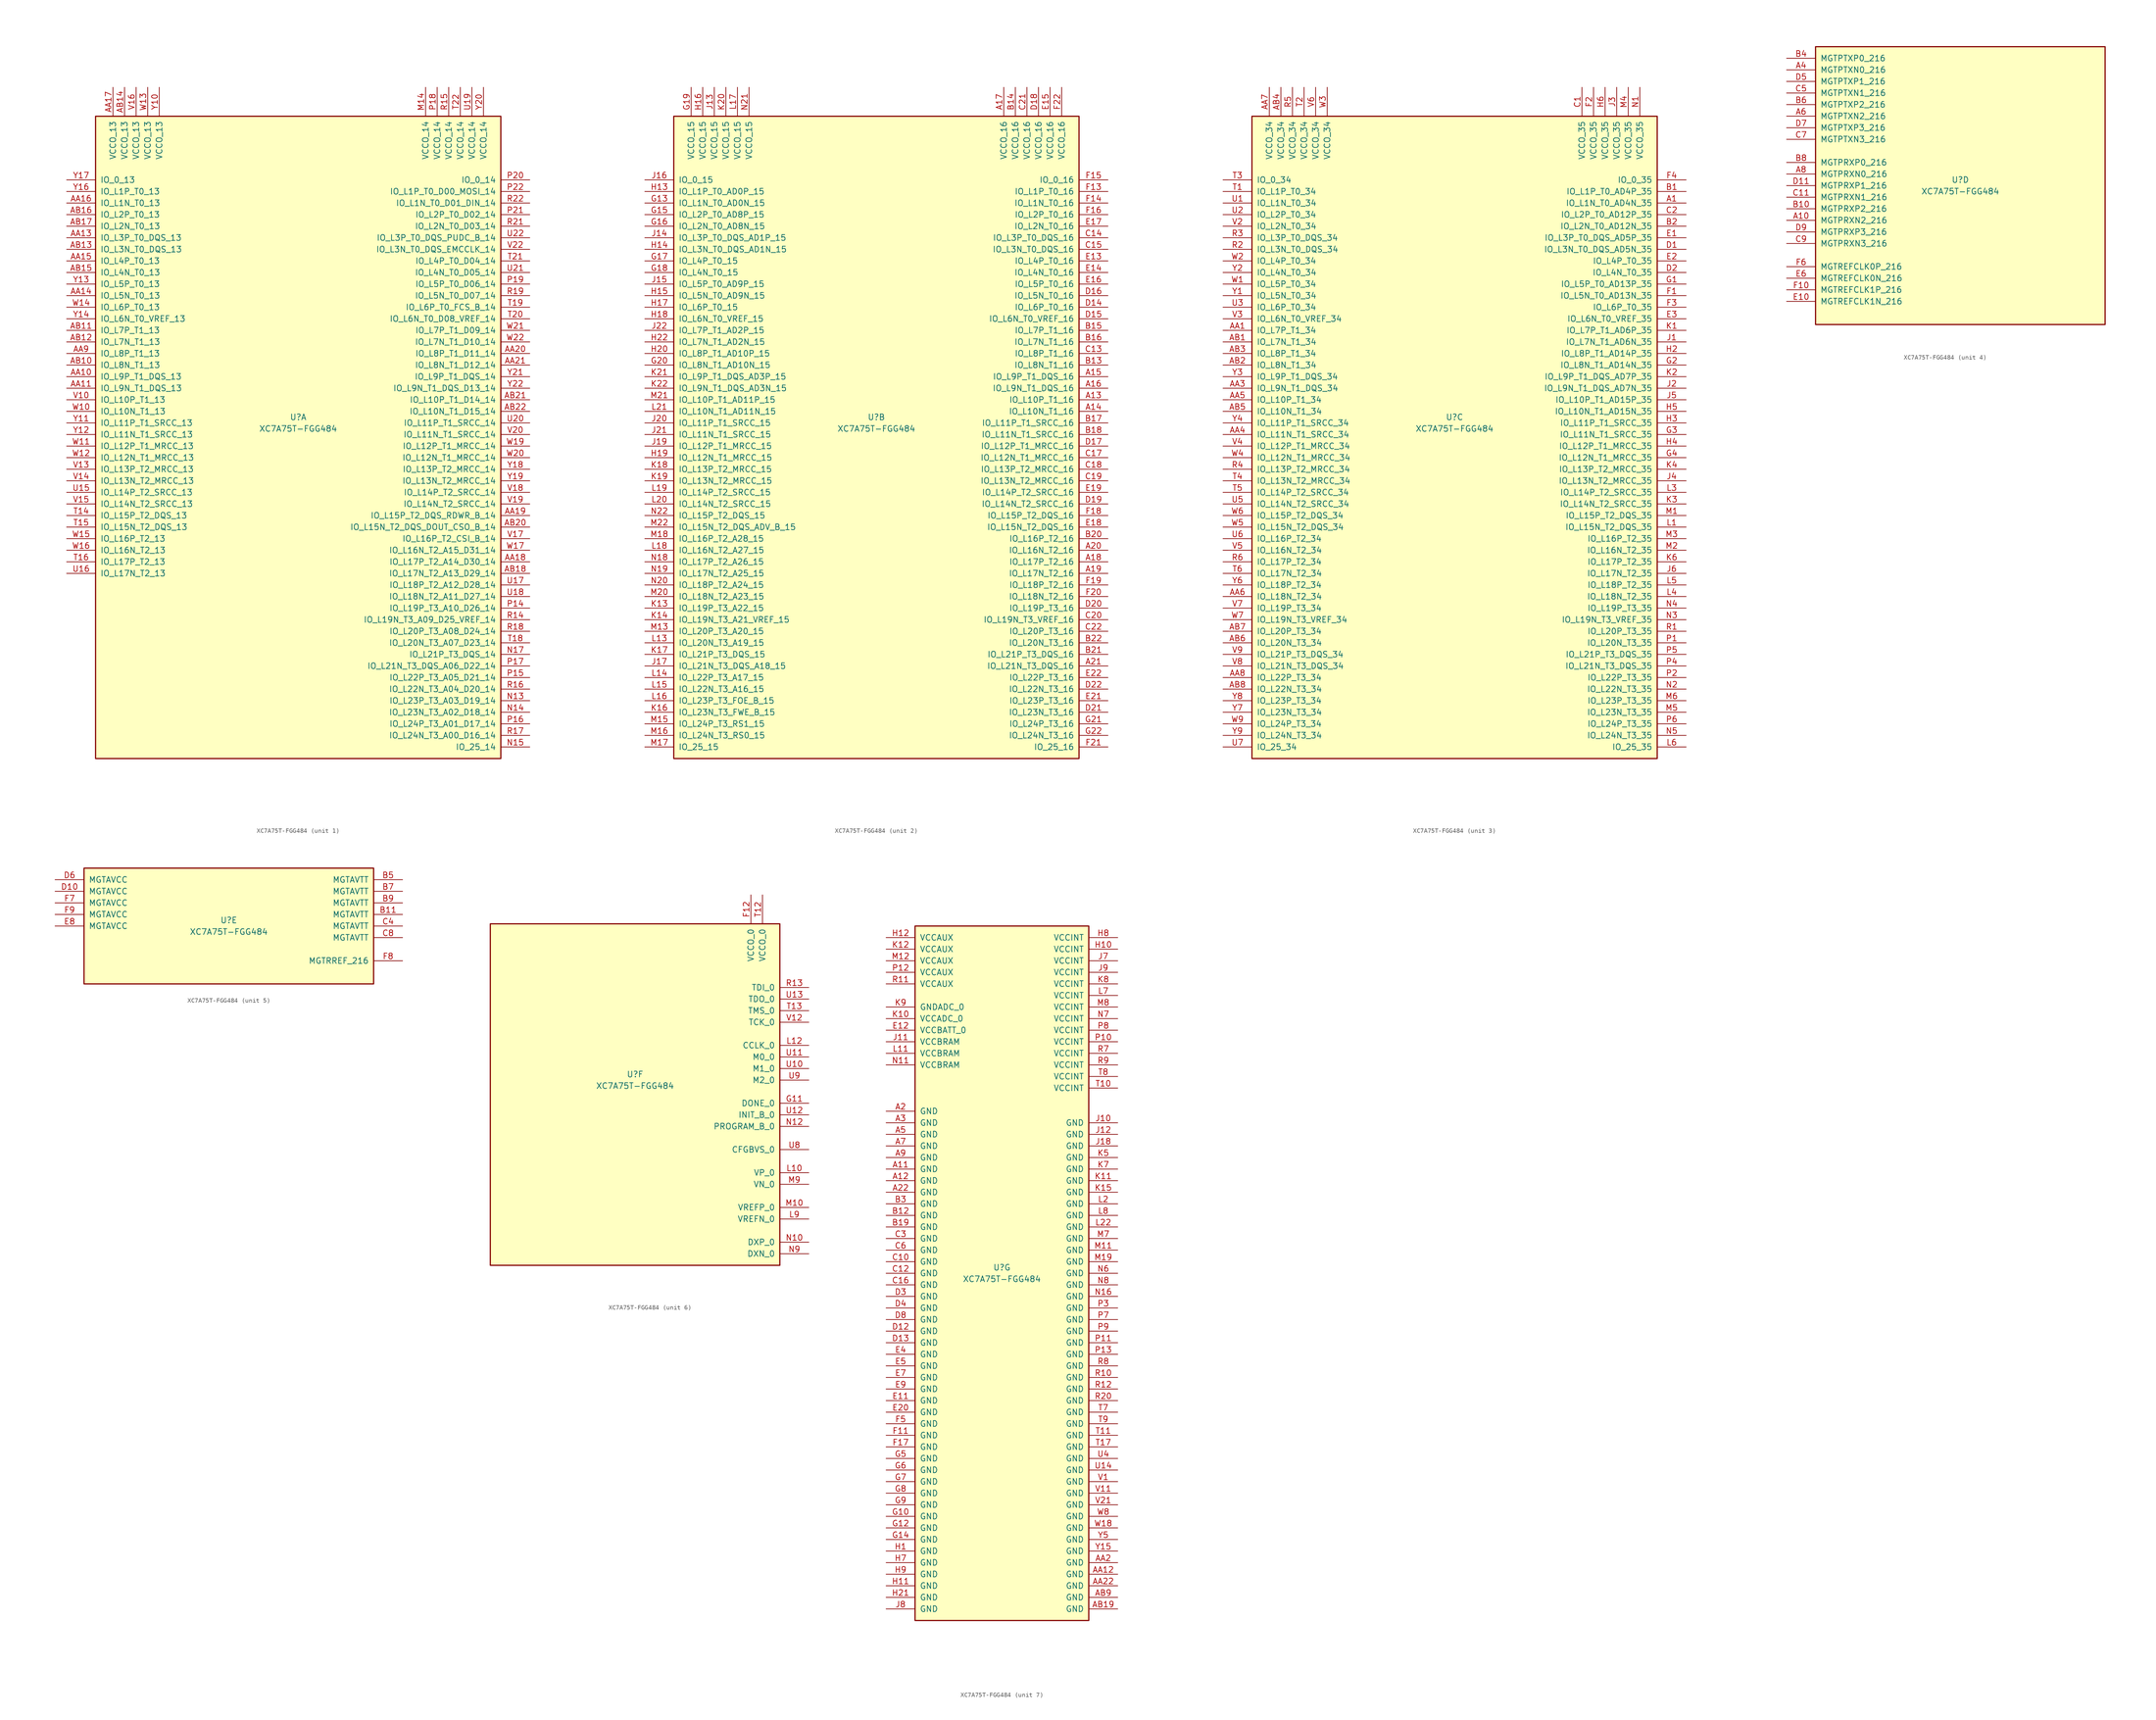
<source format=kicad_sym>
(kicad_symbol_lib
  (version 20201005)
  (generator kicad_symbol_editor)
  (symbol "FPGA_Xilinx_Artix7:XC7A75T-FGG484"
    (pin_names
      (offset 1.016))
    (property "Reference" "U"
      (at 0 1.27 0)
      (effects (font (size 1.27 1.27))))
    (property "Value" "XC7A75T-FGG484"
      (at 0 -1.27 0)
      (effects (font (size 1.27 1.27))))
    (property "Datasheet" ""
      (at 0 0 0)
      (effects (font (size 1.27 1.27))))
    (property "ki_locked" ""
      (at 0 0 0)
      (effects (font (size 1.27 1.27))))
    (symbol "XC7A75T-FGG484_1_1"
      (rectangle (start -44.45 67.31) (end 44.45 -73.66) (stroke (width 0.254)) (fill (type background)))
      (pin power_in line (at -40.64 73.66 270) (length 6.35) (name "VCCO_13" (effects (font (size 1.27 1.27)))) (number "AA17" (effects (font (size 1.27 1.27)))))
      (pin power_in line (at -38.1 73.66 270) (length 6.35) (name "VCCO_13" (effects (font (size 1.27 1.27)))) (number "AB14" (effects (font (size 1.27 1.27)))))
      (pin power_in line (at -35.56 73.66 270) (length 6.35) (name "VCCO_13" (effects (font (size 1.27 1.27)))) (number "V16" (effects (font (size 1.27 1.27)))))
      (pin power_in line (at -33.02 73.66 270) (length 6.35) (name "VCCO_13" (effects (font (size 1.27 1.27)))) (number "W13" (effects (font (size 1.27 1.27)))))
      (pin power_in line (at -30.48 73.66 270) (length 6.35) (name "VCCO_13" (effects (font (size 1.27 1.27)))) (number "Y10" (effects (font (size 1.27 1.27)))))
      (pin bidirectional line (at -50.8 53.34 0) (length 6.35) (name "IO_0_13" (effects (font (size 1.27 1.27)))) (number "Y17" (effects (font (size 1.27 1.27)))))
      (pin bidirectional line (at -50.8 50.8 0) (length 6.35) (name "IO_L1P_T0_13" (effects (font (size 1.27 1.27)))) (number "Y16" (effects (font (size 1.27 1.27)))))
      (pin bidirectional line (at -50.8 48.26 0) (length 6.35) (name "IO_L1N_T0_13" (effects (font (size 1.27 1.27)))) (number "AA16" (effects (font (size 1.27 1.27)))))
      (pin bidirectional line (at -50.8 45.72 0) (length 6.35) (name "IO_L2P_T0_13" (effects (font (size 1.27 1.27)))) (number "AB16" (effects (font (size 1.27 1.27)))))
      (pin bidirectional line (at -50.8 43.18 0) (length 6.35) (name "IO_L2N_T0_13" (effects (font (size 1.27 1.27)))) (number "AB17" (effects (font (size 1.27 1.27)))))
      (pin bidirectional line (at -50.8 40.64 0) (length 6.35) (name "IO_L3P_T0_DQS_13" (effects (font (size 1.27 1.27)))) (number "AA13" (effects (font (size 1.27 1.27)))))
      (pin bidirectional line (at -50.8 38.1 0) (length 6.35) (name "IO_L3N_T0_DQS_13" (effects (font (size 1.27 1.27)))) (number "AB13" (effects (font (size 1.27 1.27)))))
      (pin bidirectional line (at -50.8 35.56 0) (length 6.35) (name "IO_L4P_T0_13" (effects (font (size 1.27 1.27)))) (number "AA15" (effects (font (size 1.27 1.27)))))
      (pin bidirectional line (at -50.8 33.02 0) (length 6.35) (name "IO_L4N_T0_13" (effects (font (size 1.27 1.27)))) (number "AB15" (effects (font (size 1.27 1.27)))))
      (pin bidirectional line (at -50.8 30.48 0) (length 6.35) (name "IO_L5P_T0_13" (effects (font (size 1.27 1.27)))) (number "Y13" (effects (font (size 1.27 1.27)))))
      (pin bidirectional line (at -50.8 27.94 0) (length 6.35) (name "IO_L5N_T0_13" (effects (font (size 1.27 1.27)))) (number "AA14" (effects (font (size 1.27 1.27)))))
      (pin bidirectional line (at -50.8 25.4 0) (length 6.35) (name "IO_L6P_T0_13" (effects (font (size 1.27 1.27)))) (number "W14" (effects (font (size 1.27 1.27)))))
      (pin bidirectional line (at -50.8 22.86 0) (length 6.35) (name "IO_L6N_T0_VREF_13" (effects (font (size 1.27 1.27)))) (number "Y14" (effects (font (size 1.27 1.27)))))
      (pin bidirectional line (at -50.8 20.32 0) (length 6.35) (name "IO_L7P_T1_13" (effects (font (size 1.27 1.27)))) (number "AB11" (effects (font (size 1.27 1.27)))))
      (pin bidirectional line (at -50.8 17.78 0) (length 6.35) (name "IO_L7N_T1_13" (effects (font (size 1.27 1.27)))) (number "AB12" (effects (font (size 1.27 1.27)))))
      (pin bidirectional line (at -50.8 15.24 0) (length 6.35) (name "IO_L8P_T1_13" (effects (font (size 1.27 1.27)))) (number "AA9" (effects (font (size 1.27 1.27)))))
      (pin bidirectional line (at -50.8 12.7 0) (length 6.35) (name "IO_L8N_T1_13" (effects (font (size 1.27 1.27)))) (number "AB10" (effects (font (size 1.27 1.27)))))
      (pin bidirectional line (at -50.8 10.16 0) (length 6.35) (name "IO_L9P_T1_DQS_13" (effects (font (size 1.27 1.27)))) (number "AA10" (effects (font (size 1.27 1.27)))))
      (pin bidirectional line (at -50.8 7.62 0) (length 6.35) (name "IO_L9N_T1_DQS_13" (effects (font (size 1.27 1.27)))) (number "AA11" (effects (font (size 1.27 1.27)))))
      (pin bidirectional line (at -50.8 5.08 0) (length 6.35) (name "IO_L10P_T1_13" (effects (font (size 1.27 1.27)))) (number "V10" (effects (font (size 1.27 1.27)))))
      (pin bidirectional line (at -50.8 2.54 0) (length 6.35) (name "IO_L10N_T1_13" (effects (font (size 1.27 1.27)))) (number "W10" (effects (font (size 1.27 1.27)))))
      (pin bidirectional line (at -50.8 0 0) (length 6.35) (name "IO_L11P_T1_SRCC_13" (effects (font (size 1.27 1.27)))) (number "Y11" (effects (font (size 1.27 1.27)))))
      (pin bidirectional line (at -50.8 -2.54 0) (length 6.35) (name "IO_L11N_T1_SRCC_13" (effects (font (size 1.27 1.27)))) (number "Y12" (effects (font (size 1.27 1.27)))))
      (pin bidirectional line (at -50.8 -5.08 0) (length 6.35) (name "IO_L12P_T1_MRCC_13" (effects (font (size 1.27 1.27)))) (number "W11" (effects (font (size 1.27 1.27)))))
      (pin bidirectional line (at -50.8 -7.62 0) (length 6.35) (name "IO_L12N_T1_MRCC_13" (effects (font (size 1.27 1.27)))) (number "W12" (effects (font (size 1.27 1.27)))))
      (pin bidirectional line (at -50.8 -10.16 0) (length 6.35) (name "IO_L13P_T2_MRCC_13" (effects (font (size 1.27 1.27)))) (number "V13" (effects (font (size 1.27 1.27)))))
      (pin bidirectional line (at -50.8 -12.7 0) (length 6.35) (name "IO_L13N_T2_MRCC_13" (effects (font (size 1.27 1.27)))) (number "V14" (effects (font (size 1.27 1.27)))))
      (pin bidirectional line (at -50.8 -15.24 0) (length 6.35) (name "IO_L14P_T2_SRCC_13" (effects (font (size 1.27 1.27)))) (number "U15" (effects (font (size 1.27 1.27)))))
      (pin bidirectional line (at -50.8 -17.78 0) (length 6.35) (name "IO_L14N_T2_SRCC_13" (effects (font (size 1.27 1.27)))) (number "V15" (effects (font (size 1.27 1.27)))))
      (pin bidirectional line (at -50.8 -20.32 0) (length 6.35) (name "IO_L15P_T2_DQS_13" (effects (font (size 1.27 1.27)))) (number "T14" (effects (font (size 1.27 1.27)))))
      (pin bidirectional line (at -50.8 -22.86 0) (length 6.35) (name "IO_L15N_T2_DQS_13" (effects (font (size 1.27 1.27)))) (number "T15" (effects (font (size 1.27 1.27)))))
      (pin bidirectional line (at -50.8 -25.4 0) (length 6.35) (name "IO_L16P_T2_13" (effects (font (size 1.27 1.27)))) (number "W15" (effects (font (size 1.27 1.27)))))
      (pin bidirectional line (at -50.8 -27.94 0) (length 6.35) (name "IO_L16N_T2_13" (effects (font (size 1.27 1.27)))) (number "W16" (effects (font (size 1.27 1.27)))))
      (pin bidirectional line (at -50.8 -30.48 0) (length 6.35) (name "IO_L17P_T2_13" (effects (font (size 1.27 1.27)))) (number "T16" (effects (font (size 1.27 1.27)))))
      (pin bidirectional line (at -50.8 -33.02 0) (length 6.35) (name "IO_L17N_T2_13" (effects (font (size 1.27 1.27)))) (number "U16" (effects (font (size 1.27 1.27)))))
      (pin power_in line (at 27.94 73.66 270) (length 6.35) (name "VCCO_14" (effects (font (size 1.27 1.27)))) (number "M14" (effects (font (size 1.27 1.27)))))
      (pin power_in line (at 30.48 73.66 270) (length 6.35) (name "VCCO_14" (effects (font (size 1.27 1.27)))) (number "P18" (effects (font (size 1.27 1.27)))))
      (pin power_in line (at 33.02 73.66 270) (length 6.35) (name "VCCO_14" (effects (font (size 1.27 1.27)))) (number "R15" (effects (font (size 1.27 1.27)))))
      (pin power_in line (at 35.56 73.66 270) (length 6.35) (name "VCCO_14" (effects (font (size 1.27 1.27)))) (number "T22" (effects (font (size 1.27 1.27)))))
      (pin power_in line (at 38.1 73.66 270) (length 6.35) (name "VCCO_14" (effects (font (size 1.27 1.27)))) (number "U19" (effects (font (size 1.27 1.27)))))
      (pin power_in line (at 40.64 73.66 270) (length 6.35) (name "VCCO_14" (effects (font (size 1.27 1.27)))) (number "Y20" (effects (font (size 1.27 1.27)))))
      (pin bidirectional line (at 50.8 53.34 180) (length 6.35) (name "IO_0_14" (effects (font (size 1.27 1.27)))) (number "P20" (effects (font (size 1.27 1.27)))))
      (pin bidirectional line (at 50.8 50.8 180) (length 6.35) (name "IO_L1P_T0_D00_MOSI_14" (effects (font (size 1.27 1.27)))) (number "P22" (effects (font (size 1.27 1.27)))))
      (pin bidirectional line (at 50.8 48.26 180) (length 6.35) (name "IO_L1N_T0_D01_DIN_14" (effects (font (size 1.27 1.27)))) (number "R22" (effects (font (size 1.27 1.27)))))
      (pin bidirectional line (at 50.8 45.72 180) (length 6.35) (name "IO_L2P_T0_D02_14" (effects (font (size 1.27 1.27)))) (number "P21" (effects (font (size 1.27 1.27)))))
      (pin bidirectional line (at 50.8 43.18 180) (length 6.35) (name "IO_L2N_T0_D03_14" (effects (font (size 1.27 1.27)))) (number "R21" (effects (font (size 1.27 1.27)))))
      (pin bidirectional line (at 50.8 40.64 180) (length 6.35) (name "IO_L3P_T0_DQS_PUDC_B_14" (effects (font (size 1.27 1.27)))) (number "U22" (effects (font (size 1.27 1.27)))))
      (pin bidirectional line (at 50.8 38.1 180) (length 6.35) (name "IO_L3N_T0_DQS_EMCCLK_14" (effects (font (size 1.27 1.27)))) (number "V22" (effects (font (size 1.27 1.27)))))
      (pin bidirectional line (at 50.8 35.56 180) (length 6.35) (name "IO_L4P_T0_D04_14" (effects (font (size 1.27 1.27)))) (number "T21" (effects (font (size 1.27 1.27)))))
      (pin bidirectional line (at 50.8 33.02 180) (length 6.35) (name "IO_L4N_T0_D05_14" (effects (font (size 1.27 1.27)))) (number "U21" (effects (font (size 1.27 1.27)))))
      (pin bidirectional line (at 50.8 30.48 180) (length 6.35) (name "IO_L5P_T0_D06_14" (effects (font (size 1.27 1.27)))) (number "P19" (effects (font (size 1.27 1.27)))))
      (pin bidirectional line (at 50.8 27.94 180) (length 6.35) (name "IO_L5N_T0_D07_14" (effects (font (size 1.27 1.27)))) (number "R19" (effects (font (size 1.27 1.27)))))
      (pin bidirectional line (at 50.8 25.4 180) (length 6.35) (name "IO_L6P_T0_FCS_B_14" (effects (font (size 1.27 1.27)))) (number "T19" (effects (font (size 1.27 1.27)))))
      (pin bidirectional line (at 50.8 22.86 180) (length 6.35) (name "IO_L6N_T0_D08_VREF_14" (effects (font (size 1.27 1.27)))) (number "T20" (effects (font (size 1.27 1.27)))))
      (pin bidirectional line (at 50.8 20.32 180) (length 6.35) (name "IO_L7P_T1_D09_14" (effects (font (size 1.27 1.27)))) (number "W21" (effects (font (size 1.27 1.27)))))
      (pin bidirectional line (at 50.8 17.78 180) (length 6.35) (name "IO_L7N_T1_D10_14" (effects (font (size 1.27 1.27)))) (number "W22" (effects (font (size 1.27 1.27)))))
      (pin bidirectional line (at 50.8 15.24 180) (length 6.35) (name "IO_L8P_T1_D11_14" (effects (font (size 1.27 1.27)))) (number "AA20" (effects (font (size 1.27 1.27)))))
      (pin bidirectional line (at 50.8 12.7 180) (length 6.35) (name "IO_L8N_T1_D12_14" (effects (font (size 1.27 1.27)))) (number "AA21" (effects (font (size 1.27 1.27)))))
      (pin bidirectional line (at 50.8 10.16 180) (length 6.35) (name "IO_L9P_T1_DQS_14" (effects (font (size 1.27 1.27)))) (number "Y21" (effects (font (size 1.27 1.27)))))
      (pin bidirectional line (at 50.8 7.62 180) (length 6.35) (name "IO_L9N_T1_DQS_D13_14" (effects (font (size 1.27 1.27)))) (number "Y22" (effects (font (size 1.27 1.27)))))
      (pin bidirectional line (at 50.8 5.08 180) (length 6.35) (name "IO_L10P_T1_D14_14" (effects (font (size 1.27 1.27)))) (number "AB21" (effects (font (size 1.27 1.27)))))
      (pin bidirectional line (at 50.8 2.54 180) (length 6.35) (name "IO_L10N_T1_D15_14" (effects (font (size 1.27 1.27)))) (number "AB22" (effects (font (size 1.27 1.27)))))
      (pin bidirectional line (at 50.8 0 180) (length 6.35) (name "IO_L11P_T1_SRCC_14" (effects (font (size 1.27 1.27)))) (number "U20" (effects (font (size 1.27 1.27)))))
      (pin bidirectional line (at 50.8 -2.54 180) (length 6.35) (name "IO_L11N_T1_SRCC_14" (effects (font (size 1.27 1.27)))) (number "V20" (effects (font (size 1.27 1.27)))))
      (pin bidirectional line (at 50.8 -5.08 180) (length 6.35) (name "IO_L12P_T1_MRCC_14" (effects (font (size 1.27 1.27)))) (number "W19" (effects (font (size 1.27 1.27)))))
      (pin bidirectional line (at 50.8 -7.62 180) (length 6.35) (name "IO_L12N_T1_MRCC_14" (effects (font (size 1.27 1.27)))) (number "W20" (effects (font (size 1.27 1.27)))))
      (pin bidirectional line (at 50.8 -10.16 180) (length 6.35) (name "IO_L13P_T2_MRCC_14" (effects (font (size 1.27 1.27)))) (number "Y18" (effects (font (size 1.27 1.27)))))
      (pin bidirectional line (at 50.8 -12.7 180) (length 6.35) (name "IO_L13N_T2_MRCC_14" (effects (font (size 1.27 1.27)))) (number "Y19" (effects (font (size 1.27 1.27)))))
      (pin bidirectional line (at 50.8 -15.24 180) (length 6.35) (name "IO_L14P_T2_SRCC_14" (effects (font (size 1.27 1.27)))) (number "V18" (effects (font (size 1.27 1.27)))))
      (pin bidirectional line (at 50.8 -17.78 180) (length 6.35) (name "IO_L14N_T2_SRCC_14" (effects (font (size 1.27 1.27)))) (number "V19" (effects (font (size 1.27 1.27)))))
      (pin bidirectional line (at 50.8 -20.32 180) (length 6.35) (name "IO_L15P_T2_DQS_RDWR_B_14" (effects (font (size 1.27 1.27)))) (number "AA19" (effects (font (size 1.27 1.27)))))
      (pin bidirectional line (at 50.8 -22.86 180) (length 6.35) (name "IO_L15N_T2_DQS_DOUT_CSO_B_14" (effects (font (size 1.27 1.27)))) (number "AB20" (effects (font (size 1.27 1.27)))))
      (pin bidirectional line (at 50.8 -25.4 180) (length 6.35) (name "IO_L16P_T2_CSI_B_14" (effects (font (size 1.27 1.27)))) (number "V17" (effects (font (size 1.27 1.27)))))
      (pin bidirectional line (at 50.8 -27.94 180) (length 6.35) (name "IO_L16N_T2_A15_D31_14" (effects (font (size 1.27 1.27)))) (number "W17" (effects (font (size 1.27 1.27)))))
      (pin bidirectional line (at 50.8 -30.48 180) (length 6.35) (name "IO_L17P_T2_A14_D30_14" (effects (font (size 1.27 1.27)))) (number "AA18" (effects (font (size 1.27 1.27)))))
      (pin bidirectional line (at 50.8 -33.02 180) (length 6.35) (name "IO_L17N_T2_A13_D29_14" (effects (font (size 1.27 1.27)))) (number "AB18" (effects (font (size 1.27 1.27)))))
      (pin bidirectional line (at 50.8 -35.56 180) (length 6.35) (name "IO_L18P_T2_A12_D28_14" (effects (font (size 1.27 1.27)))) (number "U17" (effects (font (size 1.27 1.27)))))
      (pin bidirectional line (at 50.8 -38.1 180) (length 6.35) (name "IO_L18N_T2_A11_D27_14" (effects (font (size 1.27 1.27)))) (number "U18" (effects (font (size 1.27 1.27)))))
      (pin bidirectional line (at 50.8 -40.64 180) (length 6.35) (name "IO_L19P_T3_A10_D26_14" (effects (font (size 1.27 1.27)))) (number "P14" (effects (font (size 1.27 1.27)))))
      (pin bidirectional line (at 50.8 -43.18 180) (length 6.35) (name "IO_L19N_T3_A09_D25_VREF_14" (effects (font (size 1.27 1.27)))) (number "R14" (effects (font (size 1.27 1.27)))))
      (pin bidirectional line (at 50.8 -45.72 180) (length 6.35) (name "IO_L20P_T3_A08_D24_14" (effects (font (size 1.27 1.27)))) (number "R18" (effects (font (size 1.27 1.27)))))
      (pin bidirectional line (at 50.8 -48.26 180) (length 6.35) (name "IO_L20N_T3_A07_D23_14" (effects (font (size 1.27 1.27)))) (number "T18" (effects (font (size 1.27 1.27)))))
      (pin bidirectional line (at 50.8 -50.8 180) (length 6.35) (name "IO_L21P_T3_DQS_14" (effects (font (size 1.27 1.27)))) (number "N17" (effects (font (size 1.27 1.27)))))
      (pin bidirectional line (at 50.8 -53.34 180) (length 6.35) (name "IO_L21N_T3_DQS_A06_D22_14" (effects (font (size 1.27 1.27)))) (number "P17" (effects (font (size 1.27 1.27)))))
      (pin bidirectional line (at 50.8 -55.88 180) (length 6.35) (name "IO_L22P_T3_A05_D21_14" (effects (font (size 1.27 1.27)))) (number "P15" (effects (font (size 1.27 1.27)))))
      (pin bidirectional line (at 50.8 -58.42 180) (length 6.35) (name "IO_L22N_T3_A04_D20_14" (effects (font (size 1.27 1.27)))) (number "R16" (effects (font (size 1.27 1.27)))))
      (pin bidirectional line (at 50.8 -60.96 180) (length 6.35) (name "IO_L23P_T3_A03_D19_14" (effects (font (size 1.27 1.27)))) (number "N13" (effects (font (size 1.27 1.27)))))
      (pin bidirectional line (at 50.8 -63.5 180) (length 6.35) (name "IO_L23N_T3_A02_D18_14" (effects (font (size 1.27 1.27)))) (number "N14" (effects (font (size 1.27 1.27)))))
      (pin bidirectional line (at 50.8 -66.04 180) (length 6.35) (name "IO_L24P_T3_A01_D17_14" (effects (font (size 1.27 1.27)))) (number "P16" (effects (font (size 1.27 1.27)))))
      (pin bidirectional line (at 50.8 -68.58 180) (length 6.35) (name "IO_L24N_T3_A00_D16_14" (effects (font (size 1.27 1.27)))) (number "R17" (effects (font (size 1.27 1.27)))))
      (pin bidirectional line (at 50.8 -71.12 180) (length 6.35) (name "IO_25_14" (effects (font (size 1.27 1.27)))) (number "N15" (effects (font (size 1.27 1.27))))))
    (symbol "XC7A75T-FGG484_2_1"
      (rectangle (start -44.45 67.31) (end 44.45 -73.66) (stroke (width 0.254)) (fill (type background)))
      (pin power_in line (at -40.64 73.66 270) (length 6.35) (name "VCCO_15" (effects (font (size 1.27 1.27)))) (number "G19" (effects (font (size 1.27 1.27)))))
      (pin power_in line (at -38.1 73.66 270) (length 6.35) (name "VCCO_15" (effects (font (size 1.27 1.27)))) (number "H16" (effects (font (size 1.27 1.27)))))
      (pin power_in line (at -35.56 73.66 270) (length 6.35) (name "VCCO_15" (effects (font (size 1.27 1.27)))) (number "J13" (effects (font (size 1.27 1.27)))))
      (pin power_in line (at -33.02 73.66 270) (length 6.35) (name "VCCO_15" (effects (font (size 1.27 1.27)))) (number "K20" (effects (font (size 1.27 1.27)))))
      (pin power_in line (at -30.48 73.66 270) (length 6.35) (name "VCCO_15" (effects (font (size 1.27 1.27)))) (number "L17" (effects (font (size 1.27 1.27)))))
      (pin power_in line (at -27.94 73.66 270) (length 6.35) (name "VCCO_15" (effects (font (size 1.27 1.27)))) (number "N21" (effects (font (size 1.27 1.27)))))
      (pin bidirectional line (at -50.8 53.34 0) (length 6.35) (name "IO_0_15" (effects (font (size 1.27 1.27)))) (number "J16" (effects (font (size 1.27 1.27)))))
      (pin bidirectional line (at -50.8 50.8 0) (length 6.35) (name "IO_L1P_T0_AD0P_15" (effects (font (size 1.27 1.27)))) (number "H13" (effects (font (size 1.27 1.27)))))
      (pin bidirectional line (at -50.8 48.26 0) (length 6.35) (name "IO_L1N_T0_AD0N_15" (effects (font (size 1.27 1.27)))) (number "G13" (effects (font (size 1.27 1.27)))))
      (pin bidirectional line (at -50.8 45.72 0) (length 6.35) (name "IO_L2P_T0_AD8P_15" (effects (font (size 1.27 1.27)))) (number "G15" (effects (font (size 1.27 1.27)))))
      (pin bidirectional line (at -50.8 43.18 0) (length 6.35) (name "IO_L2N_T0_AD8N_15" (effects (font (size 1.27 1.27)))) (number "G16" (effects (font (size 1.27 1.27)))))
      (pin bidirectional line (at -50.8 40.64 0) (length 6.35) (name "IO_L3P_T0_DQS_AD1P_15" (effects (font (size 1.27 1.27)))) (number "J14" (effects (font (size 1.27 1.27)))))
      (pin bidirectional line (at -50.8 38.1 0) (length 6.35) (name "IO_L3N_T0_DQS_AD1N_15" (effects (font (size 1.27 1.27)))) (number "H14" (effects (font (size 1.27 1.27)))))
      (pin bidirectional line (at -50.8 35.56 0) (length 6.35) (name "IO_L4P_T0_15" (effects (font (size 1.27 1.27)))) (number "G17" (effects (font (size 1.27 1.27)))))
      (pin bidirectional line (at -50.8 33.02 0) (length 6.35) (name "IO_L4N_T0_15" (effects (font (size 1.27 1.27)))) (number "G18" (effects (font (size 1.27 1.27)))))
      (pin bidirectional line (at -50.8 30.48 0) (length 6.35) (name "IO_L5P_T0_AD9P_15" (effects (font (size 1.27 1.27)))) (number "J15" (effects (font (size 1.27 1.27)))))
      (pin bidirectional line (at -50.8 27.94 0) (length 6.35) (name "IO_L5N_T0_AD9N_15" (effects (font (size 1.27 1.27)))) (number "H15" (effects (font (size 1.27 1.27)))))
      (pin bidirectional line (at -50.8 25.4 0) (length 6.35) (name "IO_L6P_T0_15" (effects (font (size 1.27 1.27)))) (number "H17" (effects (font (size 1.27 1.27)))))
      (pin bidirectional line (at -50.8 22.86 0) (length 6.35) (name "IO_L6N_T0_VREF_15" (effects (font (size 1.27 1.27)))) (number "H18" (effects (font (size 1.27 1.27)))))
      (pin bidirectional line (at -50.8 20.32 0) (length 6.35) (name "IO_L7P_T1_AD2P_15" (effects (font (size 1.27 1.27)))) (number "J22" (effects (font (size 1.27 1.27)))))
      (pin bidirectional line (at -50.8 17.78 0) (length 6.35) (name "IO_L7N_T1_AD2N_15" (effects (font (size 1.27 1.27)))) (number "H22" (effects (font (size 1.27 1.27)))))
      (pin bidirectional line (at -50.8 15.24 0) (length 6.35) (name "IO_L8P_T1_AD10P_15" (effects (font (size 1.27 1.27)))) (number "H20" (effects (font (size 1.27 1.27)))))
      (pin bidirectional line (at -50.8 12.7 0) (length 6.35) (name "IO_L8N_T1_AD10N_15" (effects (font (size 1.27 1.27)))) (number "G20" (effects (font (size 1.27 1.27)))))
      (pin bidirectional line (at -50.8 10.16 0) (length 6.35) (name "IO_L9P_T1_DQS_AD3P_15" (effects (font (size 1.27 1.27)))) (number "K21" (effects (font (size 1.27 1.27)))))
      (pin bidirectional line (at -50.8 7.62 0) (length 6.35) (name "IO_L9N_T1_DQS_AD3N_15" (effects (font (size 1.27 1.27)))) (number "K22" (effects (font (size 1.27 1.27)))))
      (pin bidirectional line (at -50.8 5.08 0) (length 6.35) (name "IO_L10P_T1_AD11P_15" (effects (font (size 1.27 1.27)))) (number "M21" (effects (font (size 1.27 1.27)))))
      (pin bidirectional line (at -50.8 2.54 0) (length 6.35) (name "IO_L10N_T1_AD11N_15" (effects (font (size 1.27 1.27)))) (number "L21" (effects (font (size 1.27 1.27)))))
      (pin bidirectional line (at -50.8 0 0) (length 6.35) (name "IO_L11P_T1_SRCC_15" (effects (font (size 1.27 1.27)))) (number "J20" (effects (font (size 1.27 1.27)))))
      (pin bidirectional line (at -50.8 -2.54 0) (length 6.35) (name "IO_L11N_T1_SRCC_15" (effects (font (size 1.27 1.27)))) (number "J21" (effects (font (size 1.27 1.27)))))
      (pin bidirectional line (at -50.8 -5.08 0) (length 6.35) (name "IO_L12P_T1_MRCC_15" (effects (font (size 1.27 1.27)))) (number "J19" (effects (font (size 1.27 1.27)))))
      (pin bidirectional line (at -50.8 -7.62 0) (length 6.35) (name "IO_L12N_T1_MRCC_15" (effects (font (size 1.27 1.27)))) (number "H19" (effects (font (size 1.27 1.27)))))
      (pin bidirectional line (at -50.8 -10.16 0) (length 6.35) (name "IO_L13P_T2_MRCC_15" (effects (font (size 1.27 1.27)))) (number "K18" (effects (font (size 1.27 1.27)))))
      (pin bidirectional line (at -50.8 -12.7 0) (length 6.35) (name "IO_L13N_T2_MRCC_15" (effects (font (size 1.27 1.27)))) (number "K19" (effects (font (size 1.27 1.27)))))
      (pin bidirectional line (at -50.8 -15.24 0) (length 6.35) (name "IO_L14P_T2_SRCC_15" (effects (font (size 1.27 1.27)))) (number "L19" (effects (font (size 1.27 1.27)))))
      (pin bidirectional line (at -50.8 -17.78 0) (length 6.35) (name "IO_L14N_T2_SRCC_15" (effects (font (size 1.27 1.27)))) (number "L20" (effects (font (size 1.27 1.27)))))
      (pin bidirectional line (at -50.8 -20.32 0) (length 6.35) (name "IO_L15P_T2_DQS_15" (effects (font (size 1.27 1.27)))) (number "N22" (effects (font (size 1.27 1.27)))))
      (pin bidirectional line (at -50.8 -22.86 0) (length 6.35) (name "IO_L15N_T2_DQS_ADV_B_15" (effects (font (size 1.27 1.27)))) (number "M22" (effects (font (size 1.27 1.27)))))
      (pin bidirectional line (at -50.8 -25.4 0) (length 6.35) (name "IO_L16P_T2_A28_15" (effects (font (size 1.27 1.27)))) (number "M18" (effects (font (size 1.27 1.27)))))
      (pin bidirectional line (at -50.8 -27.94 0) (length 6.35) (name "IO_L16N_T2_A27_15" (effects (font (size 1.27 1.27)))) (number "L18" (effects (font (size 1.27 1.27)))))
      (pin bidirectional line (at -50.8 -30.48 0) (length 6.35) (name "IO_L17P_T2_A26_15" (effects (font (size 1.27 1.27)))) (number "N18" (effects (font (size 1.27 1.27)))))
      (pin bidirectional line (at -50.8 -33.02 0) (length 6.35) (name "IO_L17N_T2_A25_15" (effects (font (size 1.27 1.27)))) (number "N19" (effects (font (size 1.27 1.27)))))
      (pin bidirectional line (at -50.8 -35.56 0) (length 6.35) (name "IO_L18P_T2_A24_15" (effects (font (size 1.27 1.27)))) (number "N20" (effects (font (size 1.27 1.27)))))
      (pin bidirectional line (at -50.8 -38.1 0) (length 6.35) (name "IO_L18N_T2_A23_15" (effects (font (size 1.27 1.27)))) (number "M20" (effects (font (size 1.27 1.27)))))
      (pin bidirectional line (at -50.8 -40.64 0) (length 6.35) (name "IO_L19P_T3_A22_15" (effects (font (size 1.27 1.27)))) (number "K13" (effects (font (size 1.27 1.27)))))
      (pin bidirectional line (at -50.8 -43.18 0) (length 6.35) (name "IO_L19N_T3_A21_VREF_15" (effects (font (size 1.27 1.27)))) (number "K14" (effects (font (size 1.27 1.27)))))
      (pin bidirectional line (at -50.8 -45.72 0) (length 6.35) (name "IO_L20P_T3_A20_15" (effects (font (size 1.27 1.27)))) (number "M13" (effects (font (size 1.27 1.27)))))
      (pin bidirectional line (at -50.8 -48.26 0) (length 6.35) (name "IO_L20N_T3_A19_15" (effects (font (size 1.27 1.27)))) (number "L13" (effects (font (size 1.27 1.27)))))
      (pin bidirectional line (at -50.8 -50.8 0) (length 6.35) (name "IO_L21P_T3_DQS_15" (effects (font (size 1.27 1.27)))) (number "K17" (effects (font (size 1.27 1.27)))))
      (pin bidirectional line (at -50.8 -53.34 0) (length 6.35) (name "IO_L21N_T3_DQS_A18_15" (effects (font (size 1.27 1.27)))) (number "J17" (effects (font (size 1.27 1.27)))))
      (pin bidirectional line (at -50.8 -55.88 0) (length 6.35) (name "IO_L22P_T3_A17_15" (effects (font (size 1.27 1.27)))) (number "L14" (effects (font (size 1.27 1.27)))))
      (pin bidirectional line (at -50.8 -58.42 0) (length 6.35) (name "IO_L22N_T3_A16_15" (effects (font (size 1.27 1.27)))) (number "L15" (effects (font (size 1.27 1.27)))))
      (pin bidirectional line (at -50.8 -60.96 0) (length 6.35) (name "IO_L23P_T3_FOE_B_15" (effects (font (size 1.27 1.27)))) (number "L16" (effects (font (size 1.27 1.27)))))
      (pin bidirectional line (at -50.8 -63.5 0) (length 6.35) (name "IO_L23N_T3_FWE_B_15" (effects (font (size 1.27 1.27)))) (number "K16" (effects (font (size 1.27 1.27)))))
      (pin bidirectional line (at -50.8 -66.04 0) (length 6.35) (name "IO_L24P_T3_RS1_15" (effects (font (size 1.27 1.27)))) (number "M15" (effects (font (size 1.27 1.27)))))
      (pin bidirectional line (at -50.8 -68.58 0) (length 6.35) (name "IO_L24N_T3_RS0_15" (effects (font (size 1.27 1.27)))) (number "M16" (effects (font (size 1.27 1.27)))))
      (pin bidirectional line (at -50.8 -71.12 0) (length 6.35) (name "IO_25_15" (effects (font (size 1.27 1.27)))) (number "M17" (effects (font (size 1.27 1.27)))))
      (pin power_in line (at 27.94 73.66 270) (length 6.35) (name "VCCO_16" (effects (font (size 1.27 1.27)))) (number "A17" (effects (font (size 1.27 1.27)))))
      (pin power_in line (at 30.48 73.66 270) (length 6.35) (name "VCCO_16" (effects (font (size 1.27 1.27)))) (number "B14" (effects (font (size 1.27 1.27)))))
      (pin power_in line (at 33.02 73.66 270) (length 6.35) (name "VCCO_16" (effects (font (size 1.27 1.27)))) (number "C21" (effects (font (size 1.27 1.27)))))
      (pin power_in line (at 35.56 73.66 270) (length 6.35) (name "VCCO_16" (effects (font (size 1.27 1.27)))) (number "D18" (effects (font (size 1.27 1.27)))))
      (pin power_in line (at 38.1 73.66 270) (length 6.35) (name "VCCO_16" (effects (font (size 1.27 1.27)))) (number "E15" (effects (font (size 1.27 1.27)))))
      (pin power_in line (at 40.64 73.66 270) (length 6.35) (name "VCCO_16" (effects (font (size 1.27 1.27)))) (number "F22" (effects (font (size 1.27 1.27)))))
      (pin bidirectional line (at 50.8 53.34 180) (length 6.35) (name "IO_0_16" (effects (font (size 1.27 1.27)))) (number "F15" (effects (font (size 1.27 1.27)))))
      (pin bidirectional line (at 50.8 50.8 180) (length 6.35) (name "IO_L1P_T0_16" (effects (font (size 1.27 1.27)))) (number "F13" (effects (font (size 1.27 1.27)))))
      (pin bidirectional line (at 50.8 48.26 180) (length 6.35) (name "IO_L1N_T0_16" (effects (font (size 1.27 1.27)))) (number "F14" (effects (font (size 1.27 1.27)))))
      (pin bidirectional line (at 50.8 45.72 180) (length 6.35) (name "IO_L2P_T0_16" (effects (font (size 1.27 1.27)))) (number "F16" (effects (font (size 1.27 1.27)))))
      (pin bidirectional line (at 50.8 43.18 180) (length 6.35) (name "IO_L2N_T0_16" (effects (font (size 1.27 1.27)))) (number "E17" (effects (font (size 1.27 1.27)))))
      (pin bidirectional line (at 50.8 40.64 180) (length 6.35) (name "IO_L3P_T0_DQS_16" (effects (font (size 1.27 1.27)))) (number "C14" (effects (font (size 1.27 1.27)))))
      (pin bidirectional line (at 50.8 38.1 180) (length 6.35) (name "IO_L3N_T0_DQS_16" (effects (font (size 1.27 1.27)))) (number "C15" (effects (font (size 1.27 1.27)))))
      (pin bidirectional line (at 50.8 35.56 180) (length 6.35) (name "IO_L4P_T0_16" (effects (font (size 1.27 1.27)))) (number "E13" (effects (font (size 1.27 1.27)))))
      (pin bidirectional line (at 50.8 33.02 180) (length 6.35) (name "IO_L4N_T0_16" (effects (font (size 1.27 1.27)))) (number "E14" (effects (font (size 1.27 1.27)))))
      (pin bidirectional line (at 50.8 30.48 180) (length 6.35) (name "IO_L5P_T0_16" (effects (font (size 1.27 1.27)))) (number "E16" (effects (font (size 1.27 1.27)))))
      (pin bidirectional line (at 50.8 27.94 180) (length 6.35) (name "IO_L5N_T0_16" (effects (font (size 1.27 1.27)))) (number "D16" (effects (font (size 1.27 1.27)))))
      (pin bidirectional line (at 50.8 25.4 180) (length 6.35) (name "IO_L6P_T0_16" (effects (font (size 1.27 1.27)))) (number "D14" (effects (font (size 1.27 1.27)))))
      (pin bidirectional line (at 50.8 22.86 180) (length 6.35) (name "IO_L6N_T0_VREF_16" (effects (font (size 1.27 1.27)))) (number "D15" (effects (font (size 1.27 1.27)))))
      (pin bidirectional line (at 50.8 20.32 180) (length 6.35) (name "IO_L7P_T1_16" (effects (font (size 1.27 1.27)))) (number "B15" (effects (font (size 1.27 1.27)))))
      (pin bidirectional line (at 50.8 17.78 180) (length 6.35) (name "IO_L7N_T1_16" (effects (font (size 1.27 1.27)))) (number "B16" (effects (font (size 1.27 1.27)))))
      (pin bidirectional line (at 50.8 15.24 180) (length 6.35) (name "IO_L8P_T1_16" (effects (font (size 1.27 1.27)))) (number "C13" (effects (font (size 1.27 1.27)))))
      (pin bidirectional line (at 50.8 12.7 180) (length 6.35) (name "IO_L8N_T1_16" (effects (font (size 1.27 1.27)))) (number "B13" (effects (font (size 1.27 1.27)))))
      (pin bidirectional line (at 50.8 10.16 180) (length 6.35) (name "IO_L9P_T1_DQS_16" (effects (font (size 1.27 1.27)))) (number "A15" (effects (font (size 1.27 1.27)))))
      (pin bidirectional line (at 50.8 7.62 180) (length 6.35) (name "IO_L9N_T1_DQS_16" (effects (font (size 1.27 1.27)))) (number "A16" (effects (font (size 1.27 1.27)))))
      (pin bidirectional line (at 50.8 5.08 180) (length 6.35) (name "IO_L10P_T1_16" (effects (font (size 1.27 1.27)))) (number "A13" (effects (font (size 1.27 1.27)))))
      (pin bidirectional line (at 50.8 2.54 180) (length 6.35) (name "IO_L10N_T1_16" (effects (font (size 1.27 1.27)))) (number "A14" (effects (font (size 1.27 1.27)))))
      (pin bidirectional line (at 50.8 0 180) (length 6.35) (name "IO_L11P_T1_SRCC_16" (effects (font (size 1.27 1.27)))) (number "B17" (effects (font (size 1.27 1.27)))))
      (pin bidirectional line (at 50.8 -2.54 180) (length 6.35) (name "IO_L11N_T1_SRCC_16" (effects (font (size 1.27 1.27)))) (number "B18" (effects (font (size 1.27 1.27)))))
      (pin bidirectional line (at 50.8 -5.08 180) (length 6.35) (name "IO_L12P_T1_MRCC_16" (effects (font (size 1.27 1.27)))) (number "D17" (effects (font (size 1.27 1.27)))))
      (pin bidirectional line (at 50.8 -7.62 180) (length 6.35) (name "IO_L12N_T1_MRCC_16" (effects (font (size 1.27 1.27)))) (number "C17" (effects (font (size 1.27 1.27)))))
      (pin bidirectional line (at 50.8 -10.16 180) (length 6.35) (name "IO_L13P_T2_MRCC_16" (effects (font (size 1.27 1.27)))) (number "C18" (effects (font (size 1.27 1.27)))))
      (pin bidirectional line (at 50.8 -12.7 180) (length 6.35) (name "IO_L13N_T2_MRCC_16" (effects (font (size 1.27 1.27)))) (number "C19" (effects (font (size 1.27 1.27)))))
      (pin bidirectional line (at 50.8 -15.24 180) (length 6.35) (name "IO_L14P_T2_SRCC_16" (effects (font (size 1.27 1.27)))) (number "E19" (effects (font (size 1.27 1.27)))))
      (pin bidirectional line (at 50.8 -17.78 180) (length 6.35) (name "IO_L14N_T2_SRCC_16" (effects (font (size 1.27 1.27)))) (number "D19" (effects (font (size 1.27 1.27)))))
      (pin bidirectional line (at 50.8 -20.32 180) (length 6.35) (name "IO_L15P_T2_DQS_16" (effects (font (size 1.27 1.27)))) (number "F18" (effects (font (size 1.27 1.27)))))
      (pin bidirectional line (at 50.8 -22.86 180) (length 6.35) (name "IO_L15N_T2_DQS_16" (effects (font (size 1.27 1.27)))) (number "E18" (effects (font (size 1.27 1.27)))))
      (pin bidirectional line (at 50.8 -25.4 180) (length 6.35) (name "IO_L16P_T2_16" (effects (font (size 1.27 1.27)))) (number "B20" (effects (font (size 1.27 1.27)))))
      (pin bidirectional line (at 50.8 -27.94 180) (length 6.35) (name "IO_L16N_T2_16" (effects (font (size 1.27 1.27)))) (number "A20" (effects (font (size 1.27 1.27)))))
      (pin bidirectional line (at 50.8 -30.48 180) (length 6.35) (name "IO_L17P_T2_16" (effects (font (size 1.27 1.27)))) (number "A18" (effects (font (size 1.27 1.27)))))
      (pin bidirectional line (at 50.8 -33.02 180) (length 6.35) (name "IO_L17N_T2_16" (effects (font (size 1.27 1.27)))) (number "A19" (effects (font (size 1.27 1.27)))))
      (pin bidirectional line (at 50.8 -35.56 180) (length 6.35) (name "IO_L18P_T2_16" (effects (font (size 1.27 1.27)))) (number "F19" (effects (font (size 1.27 1.27)))))
      (pin bidirectional line (at 50.8 -38.1 180) (length 6.35) (name "IO_L18N_T2_16" (effects (font (size 1.27 1.27)))) (number "F20" (effects (font (size 1.27 1.27)))))
      (pin bidirectional line (at 50.8 -40.64 180) (length 6.35) (name "IO_L19P_T3_16" (effects (font (size 1.27 1.27)))) (number "D20" (effects (font (size 1.27 1.27)))))
      (pin bidirectional line (at 50.8 -43.18 180) (length 6.35) (name "IO_L19N_T3_VREF_16" (effects (font (size 1.27 1.27)))) (number "C20" (effects (font (size 1.27 1.27)))))
      (pin bidirectional line (at 50.8 -45.72 180) (length 6.35) (name "IO_L20P_T3_16" (effects (font (size 1.27 1.27)))) (number "C22" (effects (font (size 1.27 1.27)))))
      (pin bidirectional line (at 50.8 -48.26 180) (length 6.35) (name "IO_L20N_T3_16" (effects (font (size 1.27 1.27)))) (number "B22" (effects (font (size 1.27 1.27)))))
      (pin bidirectional line (at 50.8 -50.8 180) (length 6.35) (name "IO_L21P_T3_DQS_16" (effects (font (size 1.27 1.27)))) (number "B21" (effects (font (size 1.27 1.27)))))
      (pin bidirectional line (at 50.8 -53.34 180) (length 6.35) (name "IO_L21N_T3_DQS_16" (effects (font (size 1.27 1.27)))) (number "A21" (effects (font (size 1.27 1.27)))))
      (pin bidirectional line (at 50.8 -55.88 180) (length 6.35) (name "IO_L22P_T3_16" (effects (font (size 1.27 1.27)))) (number "E22" (effects (font (size 1.27 1.27)))))
      (pin bidirectional line (at 50.8 -58.42 180) (length 6.35) (name "IO_L22N_T3_16" (effects (font (size 1.27 1.27)))) (number "D22" (effects (font (size 1.27 1.27)))))
      (pin bidirectional line (at 50.8 -60.96 180) (length 6.35) (name "IO_L23P_T3_16" (effects (font (size 1.27 1.27)))) (number "E21" (effects (font (size 1.27 1.27)))))
      (pin bidirectional line (at 50.8 -63.5 180) (length 6.35) (name "IO_L23N_T3_16" (effects (font (size 1.27 1.27)))) (number "D21" (effects (font (size 1.27 1.27)))))
      (pin bidirectional line (at 50.8 -66.04 180) (length 6.35) (name "IO_L24P_T3_16" (effects (font (size 1.27 1.27)))) (number "G21" (effects (font (size 1.27 1.27)))))
      (pin bidirectional line (at 50.8 -68.58 180) (length 6.35) (name "IO_L24N_T3_16" (effects (font (size 1.27 1.27)))) (number "G22" (effects (font (size 1.27 1.27)))))
      (pin bidirectional line (at 50.8 -71.12 180) (length 6.35) (name "IO_25_16" (effects (font (size 1.27 1.27)))) (number "F21" (effects (font (size 1.27 1.27))))))
    (symbol "XC7A75T-FGG484_3_1"
      (rectangle (start -44.45 67.31) (end 44.45 -73.66) (stroke (width 0.254)) (fill (type background)))
      (pin power_in line (at -40.64 73.66 270) (length 6.35) (name "VCCO_34" (effects (font (size 1.27 1.27)))) (number "AA7" (effects (font (size 1.27 1.27)))))
      (pin power_in line (at -38.1 73.66 270) (length 6.35) (name "VCCO_34" (effects (font (size 1.27 1.27)))) (number "AB4" (effects (font (size 1.27 1.27)))))
      (pin power_in line (at -35.56 73.66 270) (length 6.35) (name "VCCO_34" (effects (font (size 1.27 1.27)))) (number "R5" (effects (font (size 1.27 1.27)))))
      (pin power_in line (at -33.02 73.66 270) (length 6.35) (name "VCCO_34" (effects (font (size 1.27 1.27)))) (number "T2" (effects (font (size 1.27 1.27)))))
      (pin power_in line (at -30.48 73.66 270) (length 6.35) (name "VCCO_34" (effects (font (size 1.27 1.27)))) (number "V6" (effects (font (size 1.27 1.27)))))
      (pin power_in line (at -27.94 73.66 270) (length 6.35) (name "VCCO_34" (effects (font (size 1.27 1.27)))) (number "W3" (effects (font (size 1.27 1.27)))))
      (pin bidirectional line (at -50.8 53.34 0) (length 6.35) (name "IO_0_34" (effects (font (size 1.27 1.27)))) (number "T3" (effects (font (size 1.27 1.27)))))
      (pin bidirectional line (at -50.8 50.8 0) (length 6.35) (name "IO_L1P_T0_34" (effects (font (size 1.27 1.27)))) (number "T1" (effects (font (size 1.27 1.27)))))
      (pin bidirectional line (at -50.8 48.26 0) (length 6.35) (name "IO_L1N_T0_34" (effects (font (size 1.27 1.27)))) (number "U1" (effects (font (size 1.27 1.27)))))
      (pin bidirectional line (at -50.8 45.72 0) (length 6.35) (name "IO_L2P_T0_34" (effects (font (size 1.27 1.27)))) (number "U2" (effects (font (size 1.27 1.27)))))
      (pin bidirectional line (at -50.8 43.18 0) (length 6.35) (name "IO_L2N_T0_34" (effects (font (size 1.27 1.27)))) (number "V2" (effects (font (size 1.27 1.27)))))
      (pin bidirectional line (at -50.8 40.64 0) (length 6.35) (name "IO_L3P_T0_DQS_34" (effects (font (size 1.27 1.27)))) (number "R3" (effects (font (size 1.27 1.27)))))
      (pin bidirectional line (at -50.8 38.1 0) (length 6.35) (name "IO_L3N_T0_DQS_34" (effects (font (size 1.27 1.27)))) (number "R2" (effects (font (size 1.27 1.27)))))
      (pin bidirectional line (at -50.8 35.56 0) (length 6.35) (name "IO_L4P_T0_34" (effects (font (size 1.27 1.27)))) (number "W2" (effects (font (size 1.27 1.27)))))
      (pin bidirectional line (at -50.8 33.02 0) (length 6.35) (name "IO_L4N_T0_34" (effects (font (size 1.27 1.27)))) (number "Y2" (effects (font (size 1.27 1.27)))))
      (pin bidirectional line (at -50.8 30.48 0) (length 6.35) (name "IO_L5P_T0_34" (effects (font (size 1.27 1.27)))) (number "W1" (effects (font (size 1.27 1.27)))))
      (pin bidirectional line (at -50.8 27.94 0) (length 6.35) (name "IO_L5N_T0_34" (effects (font (size 1.27 1.27)))) (number "Y1" (effects (font (size 1.27 1.27)))))
      (pin bidirectional line (at -50.8 25.4 0) (length 6.35) (name "IO_L6P_T0_34" (effects (font (size 1.27 1.27)))) (number "U3" (effects (font (size 1.27 1.27)))))
      (pin bidirectional line (at -50.8 22.86 0) (length 6.35) (name "IO_L6N_T0_VREF_34" (effects (font (size 1.27 1.27)))) (number "V3" (effects (font (size 1.27 1.27)))))
      (pin bidirectional line (at -50.8 20.32 0) (length 6.35) (name "IO_L7P_T1_34" (effects (font (size 1.27 1.27)))) (number "AA1" (effects (font (size 1.27 1.27)))))
      (pin bidirectional line (at -50.8 17.78 0) (length 6.35) (name "IO_L7N_T1_34" (effects (font (size 1.27 1.27)))) (number "AB1" (effects (font (size 1.27 1.27)))))
      (pin bidirectional line (at -50.8 15.24 0) (length 6.35) (name "IO_L8P_T1_34" (effects (font (size 1.27 1.27)))) (number "AB3" (effects (font (size 1.27 1.27)))))
      (pin bidirectional line (at -50.8 12.7 0) (length 6.35) (name "IO_L8N_T1_34" (effects (font (size 1.27 1.27)))) (number "AB2" (effects (font (size 1.27 1.27)))))
      (pin bidirectional line (at -50.8 10.16 0) (length 6.35) (name "IO_L9P_T1_DQS_34" (effects (font (size 1.27 1.27)))) (number "Y3" (effects (font (size 1.27 1.27)))))
      (pin bidirectional line (at -50.8 7.62 0) (length 6.35) (name "IO_L9N_T1_DQS_34" (effects (font (size 1.27 1.27)))) (number "AA3" (effects (font (size 1.27 1.27)))))
      (pin bidirectional line (at -50.8 5.08 0) (length 6.35) (name "IO_L10P_T1_34" (effects (font (size 1.27 1.27)))) (number "AA5" (effects (font (size 1.27 1.27)))))
      (pin bidirectional line (at -50.8 2.54 0) (length 6.35) (name "IO_L10N_T1_34" (effects (font (size 1.27 1.27)))) (number "AB5" (effects (font (size 1.27 1.27)))))
      (pin bidirectional line (at -50.8 0 0) (length 6.35) (name "IO_L11P_T1_SRCC_34" (effects (font (size 1.27 1.27)))) (number "Y4" (effects (font (size 1.27 1.27)))))
      (pin bidirectional line (at -50.8 -2.54 0) (length 6.35) (name "IO_L11N_T1_SRCC_34" (effects (font (size 1.27 1.27)))) (number "AA4" (effects (font (size 1.27 1.27)))))
      (pin bidirectional line (at -50.8 -5.08 0) (length 6.35) (name "IO_L12P_T1_MRCC_34" (effects (font (size 1.27 1.27)))) (number "V4" (effects (font (size 1.27 1.27)))))
      (pin bidirectional line (at -50.8 -7.62 0) (length 6.35) (name "IO_L12N_T1_MRCC_34" (effects (font (size 1.27 1.27)))) (number "W4" (effects (font (size 1.27 1.27)))))
      (pin bidirectional line (at -50.8 -10.16 0) (length 6.35) (name "IO_L13P_T2_MRCC_34" (effects (font (size 1.27 1.27)))) (number "R4" (effects (font (size 1.27 1.27)))))
      (pin bidirectional line (at -50.8 -12.7 0) (length 6.35) (name "IO_L13N_T2_MRCC_34" (effects (font (size 1.27 1.27)))) (number "T4" (effects (font (size 1.27 1.27)))))
      (pin bidirectional line (at -50.8 -15.24 0) (length 6.35) (name "IO_L14P_T2_SRCC_34" (effects (font (size 1.27 1.27)))) (number "T5" (effects (font (size 1.27 1.27)))))
      (pin bidirectional line (at -50.8 -17.78 0) (length 6.35) (name "IO_L14N_T2_SRCC_34" (effects (font (size 1.27 1.27)))) (number "U5" (effects (font (size 1.27 1.27)))))
      (pin bidirectional line (at -50.8 -20.32 0) (length 6.35) (name "IO_L15P_T2_DQS_34" (effects (font (size 1.27 1.27)))) (number "W6" (effects (font (size 1.27 1.27)))))
      (pin bidirectional line (at -50.8 -22.86 0) (length 6.35) (name "IO_L15N_T2_DQS_34" (effects (font (size 1.27 1.27)))) (number "W5" (effects (font (size 1.27 1.27)))))
      (pin bidirectional line (at -50.8 -25.4 0) (length 6.35) (name "IO_L16P_T2_34" (effects (font (size 1.27 1.27)))) (number "U6" (effects (font (size 1.27 1.27)))))
      (pin bidirectional line (at -50.8 -27.94 0) (length 6.35) (name "IO_L16N_T2_34" (effects (font (size 1.27 1.27)))) (number "V5" (effects (font (size 1.27 1.27)))))
      (pin bidirectional line (at -50.8 -30.48 0) (length 6.35) (name "IO_L17P_T2_34" (effects (font (size 1.27 1.27)))) (number "R6" (effects (font (size 1.27 1.27)))))
      (pin bidirectional line (at -50.8 -33.02 0) (length 6.35) (name "IO_L17N_T2_34" (effects (font (size 1.27 1.27)))) (number "T6" (effects (font (size 1.27 1.27)))))
      (pin bidirectional line (at -50.8 -35.56 0) (length 6.35) (name "IO_L18P_T2_34" (effects (font (size 1.27 1.27)))) (number "Y6" (effects (font (size 1.27 1.27)))))
      (pin bidirectional line (at -50.8 -38.1 0) (length 6.35) (name "IO_L18N_T2_34" (effects (font (size 1.27 1.27)))) (number "AA6" (effects (font (size 1.27 1.27)))))
      (pin bidirectional line (at -50.8 -40.64 0) (length 6.35) (name "IO_L19P_T3_34" (effects (font (size 1.27 1.27)))) (number "V7" (effects (font (size 1.27 1.27)))))
      (pin bidirectional line (at -50.8 -43.18 0) (length 6.35) (name "IO_L19N_T3_VREF_34" (effects (font (size 1.27 1.27)))) (number "W7" (effects (font (size 1.27 1.27)))))
      (pin bidirectional line (at -50.8 -45.72 0) (length 6.35) (name "IO_L20P_T3_34" (effects (font (size 1.27 1.27)))) (number "AB7" (effects (font (size 1.27 1.27)))))
      (pin bidirectional line (at -50.8 -48.26 0) (length 6.35) (name "IO_L20N_T3_34" (effects (font (size 1.27 1.27)))) (number "AB6" (effects (font (size 1.27 1.27)))))
      (pin bidirectional line (at -50.8 -50.8 0) (length 6.35) (name "IO_L21P_T3_DQS_34" (effects (font (size 1.27 1.27)))) (number "V9" (effects (font (size 1.27 1.27)))))
      (pin bidirectional line (at -50.8 -53.34 0) (length 6.35) (name "IO_L21N_T3_DQS_34" (effects (font (size 1.27 1.27)))) (number "V8" (effects (font (size 1.27 1.27)))))
      (pin bidirectional line (at -50.8 -55.88 0) (length 6.35) (name "IO_L22P_T3_34" (effects (font (size 1.27 1.27)))) (number "AA8" (effects (font (size 1.27 1.27)))))
      (pin bidirectional line (at -50.8 -58.42 0) (length 6.35) (name "IO_L22N_T3_34" (effects (font (size 1.27 1.27)))) (number "AB8" (effects (font (size 1.27 1.27)))))
      (pin bidirectional line (at -50.8 -60.96 0) (length 6.35) (name "IO_L23P_T3_34" (effects (font (size 1.27 1.27)))) (number "Y8" (effects (font (size 1.27 1.27)))))
      (pin bidirectional line (at -50.8 -63.5 0) (length 6.35) (name "IO_L23N_T3_34" (effects (font (size 1.27 1.27)))) (number "Y7" (effects (font (size 1.27 1.27)))))
      (pin bidirectional line (at -50.8 -66.04 0) (length 6.35) (name "IO_L24P_T3_34" (effects (font (size 1.27 1.27)))) (number "W9" (effects (font (size 1.27 1.27)))))
      (pin bidirectional line (at -50.8 -68.58 0) (length 6.35) (name "IO_L24N_T3_34" (effects (font (size 1.27 1.27)))) (number "Y9" (effects (font (size 1.27 1.27)))))
      (pin bidirectional line (at -50.8 -71.12 0) (length 6.35) (name "IO_25_34" (effects (font (size 1.27 1.27)))) (number "U7" (effects (font (size 1.27 1.27)))))
      (pin power_in line (at 27.94 73.66 270) (length 6.35) (name "VCCO_35" (effects (font (size 1.27 1.27)))) (number "C1" (effects (font (size 1.27 1.27)))))
      (pin power_in line (at 30.48 73.66 270) (length 6.35) (name "VCCO_35" (effects (font (size 1.27 1.27)))) (number "F2" (effects (font (size 1.27 1.27)))))
      (pin power_in line (at 33.02 73.66 270) (length 6.35) (name "VCCO_35" (effects (font (size 1.27 1.27)))) (number "H6" (effects (font (size 1.27 1.27)))))
      (pin power_in line (at 35.56 73.66 270) (length 6.35) (name "VCCO_35" (effects (font (size 1.27 1.27)))) (number "J3" (effects (font (size 1.27 1.27)))))
      (pin power_in line (at 38.1 73.66 270) (length 6.35) (name "VCCO_35" (effects (font (size 1.27 1.27)))) (number "M4" (effects (font (size 1.27 1.27)))))
      (pin power_in line (at 40.64 73.66 270) (length 6.35) (name "VCCO_35" (effects (font (size 1.27 1.27)))) (number "N1" (effects (font (size 1.27 1.27)))))
      (pin bidirectional line (at 50.8 53.34 180) (length 6.35) (name "IO_0_35" (effects (font (size 1.27 1.27)))) (number "F4" (effects (font (size 1.27 1.27)))))
      (pin bidirectional line (at 50.8 50.8 180) (length 6.35) (name "IO_L1P_T0_AD4P_35" (effects (font (size 1.27 1.27)))) (number "B1" (effects (font (size 1.27 1.27)))))
      (pin bidirectional line (at 50.8 48.26 180) (length 6.35) (name "IO_L1N_T0_AD4N_35" (effects (font (size 1.27 1.27)))) (number "A1" (effects (font (size 1.27 1.27)))))
      (pin bidirectional line (at 50.8 45.72 180) (length 6.35) (name "IO_L2P_T0_AD12P_35" (effects (font (size 1.27 1.27)))) (number "C2" (effects (font (size 1.27 1.27)))))
      (pin bidirectional line (at 50.8 43.18 180) (length 6.35) (name "IO_L2N_T0_AD12N_35" (effects (font (size 1.27 1.27)))) (number "B2" (effects (font (size 1.27 1.27)))))
      (pin bidirectional line (at 50.8 40.64 180) (length 6.35) (name "IO_L3P_T0_DQS_AD5P_35" (effects (font (size 1.27 1.27)))) (number "E1" (effects (font (size 1.27 1.27)))))
      (pin bidirectional line (at 50.8 38.1 180) (length 6.35) (name "IO_L3N_T0_DQS_AD5N_35" (effects (font (size 1.27 1.27)))) (number "D1" (effects (font (size 1.27 1.27)))))
      (pin bidirectional line (at 50.8 35.56 180) (length 6.35) (name "IO_L4P_T0_35" (effects (font (size 1.27 1.27)))) (number "E2" (effects (font (size 1.27 1.27)))))
      (pin bidirectional line (at 50.8 33.02 180) (length 6.35) (name "IO_L4N_T0_35" (effects (font (size 1.27 1.27)))) (number "D2" (effects (font (size 1.27 1.27)))))
      (pin bidirectional line (at 50.8 30.48 180) (length 6.35) (name "IO_L5P_T0_AD13P_35" (effects (font (size 1.27 1.27)))) (number "G1" (effects (font (size 1.27 1.27)))))
      (pin bidirectional line (at 50.8 27.94 180) (length 6.35) (name "IO_L5N_T0_AD13N_35" (effects (font (size 1.27 1.27)))) (number "F1" (effects (font (size 1.27 1.27)))))
      (pin bidirectional line (at 50.8 25.4 180) (length 6.35) (name "IO_L6P_T0_35" (effects (font (size 1.27 1.27)))) (number "F3" (effects (font (size 1.27 1.27)))))
      (pin bidirectional line (at 50.8 22.86 180) (length 6.35) (name "IO_L6N_T0_VREF_35" (effects (font (size 1.27 1.27)))) (number "E3" (effects (font (size 1.27 1.27)))))
      (pin bidirectional line (at 50.8 20.32 180) (length 6.35) (name "IO_L7P_T1_AD6P_35" (effects (font (size 1.27 1.27)))) (number "K1" (effects (font (size 1.27 1.27)))))
      (pin bidirectional line (at 50.8 17.78 180) (length 6.35) (name "IO_L7N_T1_AD6N_35" (effects (font (size 1.27 1.27)))) (number "J1" (effects (font (size 1.27 1.27)))))
      (pin bidirectional line (at 50.8 15.24 180) (length 6.35) (name "IO_L8P_T1_AD14P_35" (effects (font (size 1.27 1.27)))) (number "H2" (effects (font (size 1.27 1.27)))))
      (pin bidirectional line (at 50.8 12.7 180) (length 6.35) (name "IO_L8N_T1_AD14N_35" (effects (font (size 1.27 1.27)))) (number "G2" (effects (font (size 1.27 1.27)))))
      (pin bidirectional line (at 50.8 10.16 180) (length 6.35) (name "IO_L9P_T1_DQS_AD7P_35" (effects (font (size 1.27 1.27)))) (number "K2" (effects (font (size 1.27 1.27)))))
      (pin bidirectional line (at 50.8 7.62 180) (length 6.35) (name "IO_L9N_T1_DQS_AD7N_35" (effects (font (size 1.27 1.27)))) (number "J2" (effects (font (size 1.27 1.27)))))
      (pin bidirectional line (at 50.8 5.08 180) (length 6.35) (name "IO_L10P_T1_AD15P_35" (effects (font (size 1.27 1.27)))) (number "J5" (effects (font (size 1.27 1.27)))))
      (pin bidirectional line (at 50.8 2.54 180) (length 6.35) (name "IO_L10N_T1_AD15N_35" (effects (font (size 1.27 1.27)))) (number "H5" (effects (font (size 1.27 1.27)))))
      (pin bidirectional line (at 50.8 0 180) (length 6.35) (name "IO_L11P_T1_SRCC_35" (effects (font (size 1.27 1.27)))) (number "H3" (effects (font (size 1.27 1.27)))))
      (pin bidirectional line (at 50.8 -2.54 180) (length 6.35) (name "IO_L11N_T1_SRCC_35" (effects (font (size 1.27 1.27)))) (number "G3" (effects (font (size 1.27 1.27)))))
      (pin bidirectional line (at 50.8 -5.08 180) (length 6.35) (name "IO_L12P_T1_MRCC_35" (effects (font (size 1.27 1.27)))) (number "H4" (effects (font (size 1.27 1.27)))))
      (pin bidirectional line (at 50.8 -7.62 180) (length 6.35) (name "IO_L12N_T1_MRCC_35" (effects (font (size 1.27 1.27)))) (number "G4" (effects (font (size 1.27 1.27)))))
      (pin bidirectional line (at 50.8 -10.16 180) (length 6.35) (name "IO_L13P_T2_MRCC_35" (effects (font (size 1.27 1.27)))) (number "K4" (effects (font (size 1.27 1.27)))))
      (pin bidirectional line (at 50.8 -12.7 180) (length 6.35) (name "IO_L13N_T2_MRCC_35" (effects (font (size 1.27 1.27)))) (number "J4" (effects (font (size 1.27 1.27)))))
      (pin bidirectional line (at 50.8 -15.24 180) (length 6.35) (name "IO_L14P_T2_SRCC_35" (effects (font (size 1.27 1.27)))) (number "L3" (effects (font (size 1.27 1.27)))))
      (pin bidirectional line (at 50.8 -17.78 180) (length 6.35) (name "IO_L14N_T2_SRCC_35" (effects (font (size 1.27 1.27)))) (number "K3" (effects (font (size 1.27 1.27)))))
      (pin bidirectional line (at 50.8 -20.32 180) (length 6.35) (name "IO_L15P_T2_DQS_35" (effects (font (size 1.27 1.27)))) (number "M1" (effects (font (size 1.27 1.27)))))
      (pin bidirectional line (at 50.8 -22.86 180) (length 6.35) (name "IO_L15N_T2_DQS_35" (effects (font (size 1.27 1.27)))) (number "L1" (effects (font (size 1.27 1.27)))))
      (pin bidirectional line (at 50.8 -25.4 180) (length 6.35) (name "IO_L16P_T2_35" (effects (font (size 1.27 1.27)))) (number "M3" (effects (font (size 1.27 1.27)))))
      (pin bidirectional line (at 50.8 -27.94 180) (length 6.35) (name "IO_L16N_T2_35" (effects (font (size 1.27 1.27)))) (number "M2" (effects (font (size 1.27 1.27)))))
      (pin bidirectional line (at 50.8 -30.48 180) (length 6.35) (name "IO_L17P_T2_35" (effects (font (size 1.27 1.27)))) (number "K6" (effects (font (size 1.27 1.27)))))
      (pin bidirectional line (at 50.8 -33.02 180) (length 6.35) (name "IO_L17N_T2_35" (effects (font (size 1.27 1.27)))) (number "J6" (effects (font (size 1.27 1.27)))))
      (pin bidirectional line (at 50.8 -35.56 180) (length 6.35) (name "IO_L18P_T2_35" (effects (font (size 1.27 1.27)))) (number "L5" (effects (font (size 1.27 1.27)))))
      (pin bidirectional line (at 50.8 -38.1 180) (length 6.35) (name "IO_L18N_T2_35" (effects (font (size 1.27 1.27)))) (number "L4" (effects (font (size 1.27 1.27)))))
      (pin bidirectional line (at 50.8 -40.64 180) (length 6.35) (name "IO_L19P_T3_35" (effects (font (size 1.27 1.27)))) (number "N4" (effects (font (size 1.27 1.27)))))
      (pin bidirectional line (at 50.8 -43.18 180) (length 6.35) (name "IO_L19N_T3_VREF_35" (effects (font (size 1.27 1.27)))) (number "N3" (effects (font (size 1.27 1.27)))))
      (pin bidirectional line (at 50.8 -45.72 180) (length 6.35) (name "IO_L20P_T3_35" (effects (font (size 1.27 1.27)))) (number "R1" (effects (font (size 1.27 1.27)))))
      (pin bidirectional line (at 50.8 -48.26 180) (length 6.35) (name "IO_L20N_T3_35" (effects (font (size 1.27 1.27)))) (number "P1" (effects (font (size 1.27 1.27)))))
      (pin bidirectional line (at 50.8 -50.8 180) (length 6.35) (name "IO_L21P_T3_DQS_35" (effects (font (size 1.27 1.27)))) (number "P5" (effects (font (size 1.27 1.27)))))
      (pin bidirectional line (at 50.8 -53.34 180) (length 6.35) (name "IO_L21N_T3_DQS_35" (effects (font (size 1.27 1.27)))) (number "P4" (effects (font (size 1.27 1.27)))))
      (pin bidirectional line (at 50.8 -55.88 180) (length 6.35) (name "IO_L22P_T3_35" (effects (font (size 1.27 1.27)))) (number "P2" (effects (font (size 1.27 1.27)))))
      (pin bidirectional line (at 50.8 -58.42 180) (length 6.35) (name "IO_L22N_T3_35" (effects (font (size 1.27 1.27)))) (number "N2" (effects (font (size 1.27 1.27)))))
      (pin bidirectional line (at 50.8 -60.96 180) (length 6.35) (name "IO_L23P_T3_35" (effects (font (size 1.27 1.27)))) (number "M6" (effects (font (size 1.27 1.27)))))
      (pin bidirectional line (at 50.8 -63.5 180) (length 6.35) (name "IO_L23N_T3_35" (effects (font (size 1.27 1.27)))) (number "M5" (effects (font (size 1.27 1.27)))))
      (pin bidirectional line (at 50.8 -66.04 180) (length 6.35) (name "IO_L24P_T3_35" (effects (font (size 1.27 1.27)))) (number "P6" (effects (font (size 1.27 1.27)))))
      (pin bidirectional line (at 50.8 -68.58 180) (length 6.35) (name "IO_L24N_T3_35" (effects (font (size 1.27 1.27)))) (number "N5" (effects (font (size 1.27 1.27)))))
      (pin bidirectional line (at 50.8 -71.12 180) (length 6.35) (name "IO_25_35" (effects (font (size 1.27 1.27)))) (number "L6" (effects (font (size 1.27 1.27))))))
    (symbol "XC7A75T-FGG484_4_1"
      (rectangle (start -31.75 30.48) (end 31.75 -30.48) (stroke (width 0.254)) (fill (type background)))
      (pin bidirectional line (at -38.1 27.94 0) (length 6.35) (name "MGTPTXP0_216" (effects (font (size 1.27 1.27)))) (number "B4" (effects (font (size 1.27 1.27)))))
      (pin bidirectional line (at -38.1 25.4 0) (length 6.35) (name "MGTPTXN0_216" (effects (font (size 1.27 1.27)))) (number "A4" (effects (font (size 1.27 1.27)))))
      (pin bidirectional line (at -38.1 22.86 0) (length 6.35) (name "MGTPTXP1_216" (effects (font (size 1.27 1.27)))) (number "D5" (effects (font (size 1.27 1.27)))))
      (pin bidirectional line (at -38.1 20.32 0) (length 6.35) (name "MGTPTXN1_216" (effects (font (size 1.27 1.27)))) (number "C5" (effects (font (size 1.27 1.27)))))
      (pin bidirectional line (at -38.1 17.78 0) (length 6.35) (name "MGTPTXP2_216" (effects (font (size 1.27 1.27)))) (number "B6" (effects (font (size 1.27 1.27)))))
      (pin bidirectional line (at -38.1 15.24 0) (length 6.35) (name "MGTPTXN2_216" (effects (font (size 1.27 1.27)))) (number "A6" (effects (font (size 1.27 1.27)))))
      (pin bidirectional line (at -38.1 12.7 0) (length 6.35) (name "MGTPTXP3_216" (effects (font (size 1.27 1.27)))) (number "D7" (effects (font (size 1.27 1.27)))))
      (pin bidirectional line (at -38.1 10.16 0) (length 6.35) (name "MGTPTXN3_216" (effects (font (size 1.27 1.27)))) (number "C7" (effects (font (size 1.27 1.27)))))
      (pin bidirectional line (at -38.1 5.08 0) (length 6.35) (name "MGTPRXP0_216" (effects (font (size 1.27 1.27)))) (number "B8" (effects (font (size 1.27 1.27)))))
      (pin bidirectional line (at -38.1 2.54 0) (length 6.35) (name "MGTPRXN0_216" (effects (font (size 1.27 1.27)))) (number "A8" (effects (font (size 1.27 1.27)))))
      (pin bidirectional line (at -38.1 0 0) (length 6.35) (name "MGTPRXP1_216" (effects (font (size 1.27 1.27)))) (number "D11" (effects (font (size 1.27 1.27)))))
      (pin bidirectional line (at -38.1 -2.54 0) (length 6.35) (name "MGTPRXN1_216" (effects (font (size 1.27 1.27)))) (number "C11" (effects (font (size 1.27 1.27)))))
      (pin bidirectional line (at -38.1 -5.08 0) (length 6.35) (name "MGTPRXP2_216" (effects (font (size 1.27 1.27)))) (number "B10" (effects (font (size 1.27 1.27)))))
      (pin bidirectional line (at -38.1 -7.62 0) (length 6.35) (name "MGTPRXN2_216" (effects (font (size 1.27 1.27)))) (number "A10" (effects (font (size 1.27 1.27)))))
      (pin bidirectional line (at -38.1 -10.16 0) (length 6.35) (name "MGTPRXP3_216" (effects (font (size 1.27 1.27)))) (number "D9" (effects (font (size 1.27 1.27)))))
      (pin bidirectional line (at -38.1 -12.7 0) (length 6.35) (name "MGTPRXN3_216" (effects (font (size 1.27 1.27)))) (number "C9" (effects (font (size 1.27 1.27)))))
      (pin bidirectional line (at -38.1 -17.78 0) (length 6.35) (name "MGTREFCLK0P_216" (effects (font (size 1.27 1.27)))) (number "F6" (effects (font (size 1.27 1.27)))))
      (pin bidirectional line (at -38.1 -20.32 0) (length 6.35) (name "MGTREFCLK0N_216" (effects (font (size 1.27 1.27)))) (number "E6" (effects (font (size 1.27 1.27)))))
      (pin bidirectional line (at -38.1 -22.86 0) (length 6.35) (name "MGTREFCLK1P_216" (effects (font (size 1.27 1.27)))) (number "F10" (effects (font (size 1.27 1.27)))))
      (pin bidirectional line (at -38.1 -25.4 0) (length 6.35) (name "MGTREFCLK1N_216" (effects (font (size 1.27 1.27)))) (number "E10" (effects (font (size 1.27 1.27))))))
    (symbol "XC7A75T-FGG484_5_1"
      (rectangle (start -31.75 12.7) (end 31.75 -12.7) (stroke (width 0.254)) (fill (type background)))
      (pin power_in line (at -38.1 10.16 0) (length 6.35) (name "MGTAVCC" (effects (font (size 1.27 1.27)))) (number "D6" (effects (font (size 1.27 1.27)))))
      (pin power_in line (at -38.1 7.62 0) (length 6.35) (name "MGTAVCC" (effects (font (size 1.27 1.27)))) (number "D10" (effects (font (size 1.27 1.27)))))
      (pin power_in line (at -38.1 5.08 0) (length 6.35) (name "MGTAVCC" (effects (font (size 1.27 1.27)))) (number "F7" (effects (font (size 1.27 1.27)))))
      (pin power_in line (at -38.1 2.54 0) (length 6.35) (name "MGTAVCC" (effects (font (size 1.27 1.27)))) (number "F9" (effects (font (size 1.27 1.27)))))
      (pin power_in line (at -38.1 0 0) (length 6.35) (name "MGTAVCC" (effects (font (size 1.27 1.27)))) (number "E8" (effects (font (size 1.27 1.27)))))
      (pin power_in line (at 38.1 10.16 180) (length 6.35) (name "MGTAVTT" (effects (font (size 1.27 1.27)))) (number "B5" (effects (font (size 1.27 1.27)))))
      (pin power_in line (at 38.1 7.62 180) (length 6.35) (name "MGTAVTT" (effects (font (size 1.27 1.27)))) (number "B7" (effects (font (size 1.27 1.27)))))
      (pin power_in line (at 38.1 5.08 180) (length 6.35) (name "MGTAVTT" (effects (font (size 1.27 1.27)))) (number "B9" (effects (font (size 1.27 1.27)))))
      (pin power_in line (at 38.1 2.54 180) (length 6.35) (name "MGTAVTT" (effects (font (size 1.27 1.27)))) (number "B11" (effects (font (size 1.27 1.27)))))
      (pin power_in line (at 38.1 0 180) (length 6.35) (name "MGTAVTT" (effects (font (size 1.27 1.27)))) (number "C4" (effects (font (size 1.27 1.27)))))
      (pin power_in line (at 38.1 -2.54 180) (length 6.35) (name "MGTAVTT" (effects (font (size 1.27 1.27)))) (number "C8" (effects (font (size 1.27 1.27)))))
      (pin power_in line (at 38.1 -7.62 180) (length 6.35) (name "MGTRREF_216" (effects (font (size 1.27 1.27)))) (number "F8" (effects (font (size 1.27 1.27))))))
    (symbol "XC7A75T-FGG484_6_1"
      (rectangle (start -31.75 34.29) (end 31.75 -40.64) (stroke (width 0.254)) (fill (type background)))
      (pin power_in line (at 25.4 40.64 270) (length 6.35) (name "VCCO_0" (effects (font (size 1.27 1.27)))) (number "F12" (effects (font (size 1.27 1.27)))))
      (pin power_in line (at 27.94 40.64 270) (length 6.35) (name "VCCO_0" (effects (font (size 1.27 1.27)))) (number "T12" (effects (font (size 1.27 1.27)))))
      (pin bidirectional line (at 38.1 20.32 180) (length 6.35) (name "TDI_0" (effects (font (size 1.27 1.27)))) (number "R13" (effects (font (size 1.27 1.27)))))
      (pin bidirectional line (at 38.1 17.78 180) (length 6.35) (name "TDO_0" (effects (font (size 1.27 1.27)))) (number "U13" (effects (font (size 1.27 1.27)))))
      (pin bidirectional line (at 38.1 15.24 180) (length 6.35) (name "TMS_0" (effects (font (size 1.27 1.27)))) (number "T13" (effects (font (size 1.27 1.27)))))
      (pin bidirectional line (at 38.1 12.7 180) (length 6.35) (name "TCK_0" (effects (font (size 1.27 1.27)))) (number "V12" (effects (font (size 1.27 1.27)))))
      (pin bidirectional line (at 38.1 7.62 180) (length 6.35) (name "CCLK_0" (effects (font (size 1.27 1.27)))) (number "L12" (effects (font (size 1.27 1.27)))))
      (pin bidirectional line (at 38.1 5.08 180) (length 6.35) (name "M0_0" (effects (font (size 1.27 1.27)))) (number "U11" (effects (font (size 1.27 1.27)))))
      (pin bidirectional line (at 38.1 2.54 180) (length 6.35) (name "M1_0" (effects (font (size 1.27 1.27)))) (number "U10" (effects (font (size 1.27 1.27)))))
      (pin bidirectional line (at 38.1 0 180) (length 6.35) (name "M2_0" (effects (font (size 1.27 1.27)))) (number "U9" (effects (font (size 1.27 1.27)))))
      (pin bidirectional line (at 38.1 -5.08 180) (length 6.35) (name "DONE_0" (effects (font (size 1.27 1.27)))) (number "G11" (effects (font (size 1.27 1.27)))))
      (pin bidirectional line (at 38.1 -7.62 180) (length 6.35) (name "INIT_B_0" (effects (font (size 1.27 1.27)))) (number "U12" (effects (font (size 1.27 1.27)))))
      (pin bidirectional line (at 38.1 -10.16 180) (length 6.35) (name "PROGRAM_B_0" (effects (font (size 1.27 1.27)))) (number "N12" (effects (font (size 1.27 1.27)))))
      (pin bidirectional line (at 38.1 -15.24 180) (length 6.35) (name "CFGBVS_0" (effects (font (size 1.27 1.27)))) (number "U8" (effects (font (size 1.27 1.27)))))
      (pin bidirectional line (at 38.1 -20.32 180) (length 6.35) (name "VP_0" (effects (font (size 1.27 1.27)))) (number "L10" (effects (font (size 1.27 1.27)))))
      (pin bidirectional line (at 38.1 -22.86 180) (length 6.35) (name "VN_0" (effects (font (size 1.27 1.27)))) (number "M9" (effects (font (size 1.27 1.27)))))
      (pin bidirectional line (at 38.1 -27.94 180) (length 6.35) (name "VREFP_0" (effects (font (size 1.27 1.27)))) (number "M10" (effects (font (size 1.27 1.27)))))
      (pin bidirectional line (at 38.1 -30.48 180) (length 6.35) (name "VREFN_0" (effects (font (size 1.27 1.27)))) (number "L9" (effects (font (size 1.27 1.27)))))
      (pin bidirectional line (at 38.1 -35.56 180) (length 6.35) (name "DXP_0" (effects (font (size 1.27 1.27)))) (number "N10" (effects (font (size 1.27 1.27)))))
      (pin bidirectional line (at 38.1 -38.1 180) (length 6.35) (name "DXN_0" (effects (font (size 1.27 1.27)))) (number "N9" (effects (font (size 1.27 1.27))))))
    (symbol "XC7A75T-FGG484_7_1"
      (rectangle (start -19.05 76.2) (end 19.05 -76.2) (stroke (width 0.254)) (fill (type background)))
      (pin power_in line (at -25.4 73.66 0) (length 6.35) (name "VCCAUX" (effects (font (size 1.27 1.27)))) (number "H12" (effects (font (size 1.27 1.27)))))
      (pin power_in line (at -25.4 71.12 0) (length 6.35) (name "VCCAUX" (effects (font (size 1.27 1.27)))) (number "K12" (effects (font (size 1.27 1.27)))))
      (pin power_in line (at -25.4 68.58 0) (length 6.35) (name "VCCAUX" (effects (font (size 1.27 1.27)))) (number "M12" (effects (font (size 1.27 1.27)))))
      (pin power_in line (at -25.4 66.04 0) (length 6.35) (name "VCCAUX" (effects (font (size 1.27 1.27)))) (number "P12" (effects (font (size 1.27 1.27)))))
      (pin power_in line (at -25.4 63.5 0) (length 6.35) (name "VCCAUX" (effects (font (size 1.27 1.27)))) (number "R11" (effects (font (size 1.27 1.27)))))
      (pin power_in line (at -25.4 58.42 0) (length 6.35) (name "GNDADC_0" (effects (font (size 1.27 1.27)))) (number "K9" (effects (font (size 1.27 1.27)))))
      (pin power_in line (at -25.4 55.88 0) (length 6.35) (name "VCCADC_0" (effects (font (size 1.27 1.27)))) (number "K10" (effects (font (size 1.27 1.27)))))
      (pin power_in line (at -25.4 53.34 0) (length 6.35) (name "VCCBATT_0" (effects (font (size 1.27 1.27)))) (number "E12" (effects (font (size 1.27 1.27)))))
      (pin power_in line (at -25.4 50.8 0) (length 6.35) (name "VCCBRAM" (effects (font (size 1.27 1.27)))) (number "J11" (effects (font (size 1.27 1.27)))))
      (pin power_in line (at -25.4 48.26 0) (length 6.35) (name "VCCBRAM" (effects (font (size 1.27 1.27)))) (number "L11" (effects (font (size 1.27 1.27)))))
      (pin power_in line (at -25.4 45.72 0) (length 6.35) (name "VCCBRAM" (effects (font (size 1.27 1.27)))) (number "N11" (effects (font (size 1.27 1.27)))))
      (pin power_in line (at -25.4 35.56 0) (length 6.35) (name "GND" (effects (font (size 1.27 1.27)))) (number "A2" (effects (font (size 1.27 1.27)))))
      (pin power_in line (at -25.4 33.02 0) (length 6.35) (name "GND" (effects (font (size 1.27 1.27)))) (number "A3" (effects (font (size 1.27 1.27)))))
      (pin power_in line (at -25.4 30.48 0) (length 6.35) (name "GND" (effects (font (size 1.27 1.27)))) (number "A5" (effects (font (size 1.27 1.27)))))
      (pin power_in line (at -25.4 27.94 0) (length 6.35) (name "GND" (effects (font (size 1.27 1.27)))) (number "A7" (effects (font (size 1.27 1.27)))))
      (pin power_in line (at -25.4 25.4 0) (length 6.35) (name "GND" (effects (font (size 1.27 1.27)))) (number "A9" (effects (font (size 1.27 1.27)))))
      (pin power_in line (at -25.4 22.86 0) (length 6.35) (name "GND" (effects (font (size 1.27 1.27)))) (number "A11" (effects (font (size 1.27 1.27)))))
      (pin power_in line (at -25.4 20.32 0) (length 6.35) (name "GND" (effects (font (size 1.27 1.27)))) (number "A12" (effects (font (size 1.27 1.27)))))
      (pin power_in line (at -25.4 17.78 0) (length 6.35) (name "GND" (effects (font (size 1.27 1.27)))) (number "A22" (effects (font (size 1.27 1.27)))))
      (pin power_in line (at -25.4 15.24 0) (length 6.35) (name "GND" (effects (font (size 1.27 1.27)))) (number "B3" (effects (font (size 1.27 1.27)))))
      (pin power_in line (at -25.4 12.7 0) (length 6.35) (name "GND" (effects (font (size 1.27 1.27)))) (number "B12" (effects (font (size 1.27 1.27)))))
      (pin power_in line (at -25.4 10.16 0) (length 6.35) (name "GND" (effects (font (size 1.27 1.27)))) (number "B19" (effects (font (size 1.27 1.27)))))
      (pin power_in line (at -25.4 7.62 0) (length 6.35) (name "GND" (effects (font (size 1.27 1.27)))) (number "C3" (effects (font (size 1.27 1.27)))))
      (pin power_in line (at -25.4 5.08 0) (length 6.35) (name "GND" (effects (font (size 1.27 1.27)))) (number "C6" (effects (font (size 1.27 1.27)))))
      (pin power_in line (at -25.4 2.54 0) (length 6.35) (name "GND" (effects (font (size 1.27 1.27)))) (number "C10" (effects (font (size 1.27 1.27)))))
      (pin power_in line (at -25.4 0 0) (length 6.35) (name "GND" (effects (font (size 1.27 1.27)))) (number "C12" (effects (font (size 1.27 1.27)))))
      (pin power_in line (at -25.4 -2.54 0) (length 6.35) (name "GND" (effects (font (size 1.27 1.27)))) (number "C16" (effects (font (size 1.27 1.27)))))
      (pin power_in line (at -25.4 -5.08 0) (length 6.35) (name "GND" (effects (font (size 1.27 1.27)))) (number "D3" (effects (font (size 1.27 1.27)))))
      (pin power_in line (at -25.4 -7.62 0) (length 6.35) (name "GND" (effects (font (size 1.27 1.27)))) (number "D4" (effects (font (size 1.27 1.27)))))
      (pin power_in line (at -25.4 -10.16 0) (length 6.35) (name "GND" (effects (font (size 1.27 1.27)))) (number "D8" (effects (font (size 1.27 1.27)))))
      (pin power_in line (at -25.4 -12.7 0) (length 6.35) (name "GND" (effects (font (size 1.27 1.27)))) (number "D12" (effects (font (size 1.27 1.27)))))
      (pin power_in line (at -25.4 -15.24 0) (length 6.35) (name "GND" (effects (font (size 1.27 1.27)))) (number "D13" (effects (font (size 1.27 1.27)))))
      (pin power_in line (at -25.4 -17.78 0) (length 6.35) (name "GND" (effects (font (size 1.27 1.27)))) (number "E4" (effects (font (size 1.27 1.27)))))
      (pin power_in line (at -25.4 -20.32 0) (length 6.35) (name "GND" (effects (font (size 1.27 1.27)))) (number "E5" (effects (font (size 1.27 1.27)))))
      (pin power_in line (at -25.4 -22.86 0) (length 6.35) (name "GND" (effects (font (size 1.27 1.27)))) (number "E7" (effects (font (size 1.27 1.27)))))
      (pin power_in line (at -25.4 -25.4 0) (length 6.35) (name "GND" (effects (font (size 1.27 1.27)))) (number "E9" (effects (font (size 1.27 1.27)))))
      (pin power_in line (at -25.4 -27.94 0) (length 6.35) (name "GND" (effects (font (size 1.27 1.27)))) (number "E11" (effects (font (size 1.27 1.27)))))
      (pin power_in line (at -25.4 -30.48 0) (length 6.35) (name "GND" (effects (font (size 1.27 1.27)))) (number "E20" (effects (font (size 1.27 1.27)))))
      (pin power_in line (at -25.4 -33.02 0) (length 6.35) (name "GND" (effects (font (size 1.27 1.27)))) (number "F5" (effects (font (size 1.27 1.27)))))
      (pin power_in line (at -25.4 -35.56 0) (length 6.35) (name "GND" (effects (font (size 1.27 1.27)))) (number "F11" (effects (font (size 1.27 1.27)))))
      (pin power_in line (at -25.4 -38.1 0) (length 6.35) (name "GND" (effects (font (size 1.27 1.27)))) (number "F17" (effects (font (size 1.27 1.27)))))
      (pin power_in line (at -25.4 -40.64 0) (length 6.35) (name "GND" (effects (font (size 1.27 1.27)))) (number "G5" (effects (font (size 1.27 1.27)))))
      (pin power_in line (at -25.4 -43.18 0) (length 6.35) (name "GND" (effects (font (size 1.27 1.27)))) (number "G6" (effects (font (size 1.27 1.27)))))
      (pin power_in line (at -25.4 -45.72 0) (length 6.35) (name "GND" (effects (font (size 1.27 1.27)))) (number "G7" (effects (font (size 1.27 1.27)))))
      (pin power_in line (at -25.4 -48.26 0) (length 6.35) (name "GND" (effects (font (size 1.27 1.27)))) (number "G8" (effects (font (size 1.27 1.27)))))
      (pin power_in line (at -25.4 -50.8 0) (length 6.35) (name "GND" (effects (font (size 1.27 1.27)))) (number "G9" (effects (font (size 1.27 1.27)))))
      (pin power_in line (at -25.4 -53.34 0) (length 6.35) (name "GND" (effects (font (size 1.27 1.27)))) (number "G10" (effects (font (size 1.27 1.27)))))
      (pin power_in line (at -25.4 -55.88 0) (length 6.35) (name "GND" (effects (font (size 1.27 1.27)))) (number "G12" (effects (font (size 1.27 1.27)))))
      (pin power_in line (at -25.4 -58.42 0) (length 6.35) (name "GND" (effects (font (size 1.27 1.27)))) (number "G14" (effects (font (size 1.27 1.27)))))
      (pin power_in line (at -25.4 -60.96 0) (length 6.35) (name "GND" (effects (font (size 1.27 1.27)))) (number "H1" (effects (font (size 1.27 1.27)))))
      (pin power_in line (at -25.4 -63.5 0) (length 6.35) (name "GND" (effects (font (size 1.27 1.27)))) (number "H7" (effects (font (size 1.27 1.27)))))
      (pin power_in line (at -25.4 -66.04 0) (length 6.35) (name "GND" (effects (font (size 1.27 1.27)))) (number "H9" (effects (font (size 1.27 1.27)))))
      (pin power_in line (at -25.4 -68.58 0) (length 6.35) (name "GND" (effects (font (size 1.27 1.27)))) (number "H11" (effects (font (size 1.27 1.27)))))
      (pin power_in line (at -25.4 -71.12 0) (length 6.35) (name "GND" (effects (font (size 1.27 1.27)))) (number "H21" (effects (font (size 1.27 1.27)))))
      (pin power_in line (at -25.4 -73.66 0) (length 6.35) (name "GND" (effects (font (size 1.27 1.27)))) (number "J8" (effects (font (size 1.27 1.27)))))
      (pin power_in line (at 25.4 73.66 180) (length 6.35) (name "VCCINT" (effects (font (size 1.27 1.27)))) (number "H8" (effects (font (size 1.27 1.27)))))
      (pin power_in line (at 25.4 71.12 180) (length 6.35) (name "VCCINT" (effects (font (size 1.27 1.27)))) (number "H10" (effects (font (size 1.27 1.27)))))
      (pin power_in line (at 25.4 68.58 180) (length 6.35) (name "VCCINT" (effects (font (size 1.27 1.27)))) (number "J7" (effects (font (size 1.27 1.27)))))
      (pin power_in line (at 25.4 66.04 180) (length 6.35) (name "VCCINT" (effects (font (size 1.27 1.27)))) (number "J9" (effects (font (size 1.27 1.27)))))
      (pin power_in line (at 25.4 63.5 180) (length 6.35) (name "VCCINT" (effects (font (size 1.27 1.27)))) (number "K8" (effects (font (size 1.27 1.27)))))
      (pin power_in line (at 25.4 60.96 180) (length 6.35) (name "VCCINT" (effects (font (size 1.27 1.27)))) (number "L7" (effects (font (size 1.27 1.27)))))
      (pin power_in line (at 25.4 58.42 180) (length 6.35) (name "VCCINT" (effects (font (size 1.27 1.27)))) (number "M8" (effects (font (size 1.27 1.27)))))
      (pin power_in line (at 25.4 55.88 180) (length 6.35) (name "VCCINT" (effects (font (size 1.27 1.27)))) (number "N7" (effects (font (size 1.27 1.27)))))
      (pin power_in line (at 25.4 53.34 180) (length 6.35) (name "VCCINT" (effects (font (size 1.27 1.27)))) (number "P8" (effects (font (size 1.27 1.27)))))
      (pin power_in line (at 25.4 50.8 180) (length 6.35) (name "VCCINT" (effects (font (size 1.27 1.27)))) (number "P10" (effects (font (size 1.27 1.27)))))
      (pin power_in line (at 25.4 48.26 180) (length 6.35) (name "VCCINT" (effects (font (size 1.27 1.27)))) (number "R7" (effects (font (size 1.27 1.27)))))
      (pin power_in line (at 25.4 45.72 180) (length 6.35) (name "VCCINT" (effects (font (size 1.27 1.27)))) (number "R9" (effects (font (size 1.27 1.27)))))
      (pin power_in line (at 25.4 43.18 180) (length 6.35) (name "VCCINT" (effects (font (size 1.27 1.27)))) (number "T8" (effects (font (size 1.27 1.27)))))
      (pin power_in line (at 25.4 40.64 180) (length 6.35) (name "VCCINT" (effects (font (size 1.27 1.27)))) (number "T10" (effects (font (size 1.27 1.27)))))
      (pin power_in line (at 25.4 33.02 180) (length 6.35) (name "GND" (effects (font (size 1.27 1.27)))) (number "J10" (effects (font (size 1.27 1.27)))))
      (pin power_in line (at 25.4 30.48 180) (length 6.35) (name "GND" (effects (font (size 1.27 1.27)))) (number "J12" (effects (font (size 1.27 1.27)))))
      (pin power_in line (at 25.4 27.94 180) (length 6.35) (name "GND" (effects (font (size 1.27 1.27)))) (number "J18" (effects (font (size 1.27 1.27)))))
      (pin power_in line (at 25.4 25.4 180) (length 6.35) (name "GND" (effects (font (size 1.27 1.27)))) (number "K5" (effects (font (size 1.27 1.27)))))
      (pin power_in line (at 25.4 22.86 180) (length 6.35) (name "GND" (effects (font (size 1.27 1.27)))) (number "K7" (effects (font (size 1.27 1.27)))))
      (pin power_in line (at 25.4 20.32 180) (length 6.35) (name "GND" (effects (font (size 1.27 1.27)))) (number "K11" (effects (font (size 1.27 1.27)))))
      (pin power_in line (at 25.4 17.78 180) (length 6.35) (name "GND" (effects (font (size 1.27 1.27)))) (number "K15" (effects (font (size 1.27 1.27)))))
      (pin power_in line (at 25.4 15.24 180) (length 6.35) (name "GND" (effects (font (size 1.27 1.27)))) (number "L2" (effects (font (size 1.27 1.27)))))
      (pin power_in line (at 25.4 12.7 180) (length 6.35) (name "GND" (effects (font (size 1.27 1.27)))) (number "L8" (effects (font (size 1.27 1.27)))))
      (pin power_in line (at 25.4 10.16 180) (length 6.35) (name "GND" (effects (font (size 1.27 1.27)))) (number "L22" (effects (font (size 1.27 1.27)))))
      (pin power_in line (at 25.4 7.62 180) (length 6.35) (name "GND" (effects (font (size 1.27 1.27)))) (number "M7" (effects (font (size 1.27 1.27)))))
      (pin power_in line (at 25.4 5.08 180) (length 6.35) (name "GND" (effects (font (size 1.27 1.27)))) (number "M11" (effects (font (size 1.27 1.27)))))
      (pin power_in line (at 25.4 2.54 180) (length 6.35) (name "GND" (effects (font (size 1.27 1.27)))) (number "M19" (effects (font (size 1.27 1.27)))))
      (pin power_in line (at 25.4 0 180) (length 6.35) (name "GND" (effects (font (size 1.27 1.27)))) (number "N6" (effects (font (size 1.27 1.27)))))
      (pin power_in line (at 25.4 -2.54 180) (length 6.35) (name "GND" (effects (font (size 1.27 1.27)))) (number "N8" (effects (font (size 1.27 1.27)))))
      (pin power_in line (at 25.4 -5.08 180) (length 6.35) (name "GND" (effects (font (size 1.27 1.27)))) (number "N16" (effects (font (size 1.27 1.27)))))
      (pin power_in line (at 25.4 -7.62 180) (length 6.35) (name "GND" (effects (font (size 1.27 1.27)))) (number "P3" (effects (font (size 1.27 1.27)))))
      (pin power_in line (at 25.4 -10.16 180) (length 6.35) (name "GND" (effects (font (size 1.27 1.27)))) (number "P7" (effects (font (size 1.27 1.27)))))
      (pin power_in line (at 25.4 -12.7 180) (length 6.35) (name "GND" (effects (font (size 1.27 1.27)))) (number "P9" (effects (font (size 1.27 1.27)))))
      (pin power_in line (at 25.4 -15.24 180) (length 6.35) (name "GND" (effects (font (size 1.27 1.27)))) (number "P11" (effects (font (size 1.27 1.27)))))
      (pin power_in line (at 25.4 -17.78 180) (length 6.35) (name "GND" (effects (font (size 1.27 1.27)))) (number "P13" (effects (font (size 1.27 1.27)))))
      (pin power_in line (at 25.4 -20.32 180) (length 6.35) (name "GND" (effects (font (size 1.27 1.27)))) (number "R8" (effects (font (size 1.27 1.27)))))
      (pin power_in line (at 25.4 -22.86 180) (length 6.35) (name "GND" (effects (font (size 1.27 1.27)))) (number "R10" (effects (font (size 1.27 1.27)))))
      (pin power_in line (at 25.4 -25.4 180) (length 6.35) (name "GND" (effects (font (size 1.27 1.27)))) (number "R12" (effects (font (size 1.27 1.27)))))
      (pin power_in line (at 25.4 -27.94 180) (length 6.35) (name "GND" (effects (font (size 1.27 1.27)))) (number "R20" (effects (font (size 1.27 1.27)))))
      (pin power_in line (at 25.4 -30.48 180) (length 6.35) (name "GND" (effects (font (size 1.27 1.27)))) (number "T7" (effects (font (size 1.27 1.27)))))
      (pin power_in line (at 25.4 -33.02 180) (length 6.35) (name "GND" (effects (font (size 1.27 1.27)))) (number "T9" (effects (font (size 1.27 1.27)))))
      (pin power_in line (at 25.4 -35.56 180) (length 6.35) (name "GND" (effects (font (size 1.27 1.27)))) (number "T11" (effects (font (size 1.27 1.27)))))
      (pin power_in line (at 25.4 -38.1 180) (length 6.35) (name "GND" (effects (font (size 1.27 1.27)))) (number "T17" (effects (font (size 1.27 1.27)))))
      (pin power_in line (at 25.4 -40.64 180) (length 6.35) (name "GND" (effects (font (size 1.27 1.27)))) (number "U4" (effects (font (size 1.27 1.27)))))
      (pin power_in line (at 25.4 -43.18 180) (length 6.35) (name "GND" (effects (font (size 1.27 1.27)))) (number "U14" (effects (font (size 1.27 1.27)))))
      (pin power_in line (at 25.4 -45.72 180) (length 6.35) (name "GND" (effects (font (size 1.27 1.27)))) (number "V1" (effects (font (size 1.27 1.27)))))
      (pin power_in line (at 25.4 -48.26 180) (length 6.35) (name "GND" (effects (font (size 1.27 1.27)))) (number "V11" (effects (font (size 1.27 1.27)))))
      (pin power_in line (at 25.4 -50.8 180) (length 6.35) (name "GND" (effects (font (size 1.27 1.27)))) (number "V21" (effects (font (size 1.27 1.27)))))
      (pin power_in line (at 25.4 -53.34 180) (length 6.35) (name "GND" (effects (font (size 1.27 1.27)))) (number "W8" (effects (font (size 1.27 1.27)))))
      (pin power_in line (at 25.4 -55.88 180) (length 6.35) (name "GND" (effects (font (size 1.27 1.27)))) (number "W18" (effects (font (size 1.27 1.27)))))
      (pin power_in line (at 25.4 -58.42 180) (length 6.35) (name "GND" (effects (font (size 1.27 1.27)))) (number "Y5" (effects (font (size 1.27 1.27)))))
      (pin power_in line (at 25.4 -60.96 180) (length 6.35) (name "GND" (effects (font (size 1.27 1.27)))) (number "Y15" (effects (font (size 1.27 1.27)))))
      (pin power_in line (at 25.4 -63.5 180) (length 6.35) (name "GND" (effects (font (size 1.27 1.27)))) (number "AA2" (effects (font (size 1.27 1.27)))))
      (pin power_in line (at 25.4 -66.04 180) (length 6.35) (name "GND" (effects (font (size 1.27 1.27)))) (number "AA12" (effects (font (size 1.27 1.27)))))
      (pin power_in line (at 25.4 -68.58 180) (length 6.35) (name "GND" (effects (font (size 1.27 1.27)))) (number "AA22" (effects (font (size 1.27 1.27)))))
      (pin power_in line (at 25.4 -71.12 180) (length 6.35) (name "GND" (effects (font (size 1.27 1.27)))) (number "AB9" (effects (font (size 1.27 1.27)))))
      (pin power_in line (at 25.4 -73.66 180) (length 6.35) (name "GND" (effects (font (size 1.27 1.27)))) (number "AB19" (effects (font (size 1.27 1.27))))))))
</source>
